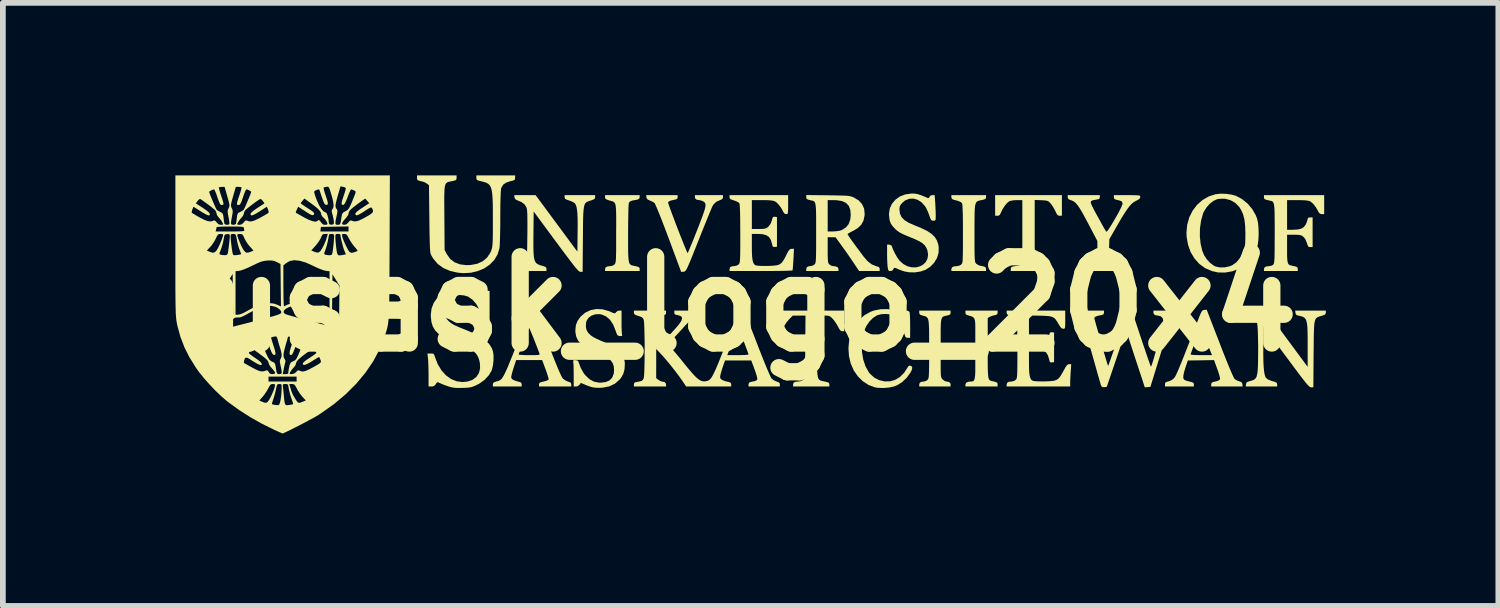
<source format=kicad_pcb>
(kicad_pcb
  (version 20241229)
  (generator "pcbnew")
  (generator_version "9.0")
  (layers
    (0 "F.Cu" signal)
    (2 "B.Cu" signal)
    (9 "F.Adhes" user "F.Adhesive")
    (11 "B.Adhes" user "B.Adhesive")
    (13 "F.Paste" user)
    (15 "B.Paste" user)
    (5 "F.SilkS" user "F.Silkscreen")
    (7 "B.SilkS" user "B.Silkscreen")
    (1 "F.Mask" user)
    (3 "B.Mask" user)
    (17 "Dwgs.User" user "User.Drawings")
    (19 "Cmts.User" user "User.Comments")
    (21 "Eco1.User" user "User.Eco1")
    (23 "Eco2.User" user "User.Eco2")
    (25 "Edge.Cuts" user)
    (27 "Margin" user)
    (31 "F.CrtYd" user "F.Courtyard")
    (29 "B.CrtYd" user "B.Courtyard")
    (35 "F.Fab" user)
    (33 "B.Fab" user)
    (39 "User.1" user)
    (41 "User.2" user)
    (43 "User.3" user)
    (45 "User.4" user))
  (footprint "usask_logo_20x4"
    (layer "F.Cu")
    (at 9.996 2.237)
    (property "Reference" "usask_logo_20x4" (at 0 0 0) (layer "F.SilkS") (effects (font (size 1.5 1.5) (thickness 0.3))))
    (attr board_only exclude_from_pos_files exclude_from_bom)
    (fp_poly (pts (xy 1.635 0.294) (xy 1.635 0.473) (xy 1.601 0.473) (xy 1.578 0.468) (xy 1.558 0.447) (xy 1.534 0.407) (xy 1.528 0.393) (xy 1.496 0.338) (xy 1.457 0.283) (xy 1.435 0.257) (xy 1.407 0.229) (xy 1.383 0.212) (xy 1.356 0.204) (xy 1.316 0.201) (xy 1.272 0.201) (xy 1.162 0.201) (xy 1.162 0.739) (xy 1.162 0.883) (xy 1.162 1.001) (xy 1.163 1.096) (xy 1.165 1.171) (xy 1.17 1.227) (xy 1.177 1.269) (xy 1.187 1.298) (xy 1.201 1.317) (xy 1.22 1.329) (xy 1.244 1.337) (xy 1.273 1.343) (xy 1.297 1.348) (xy 1.343 1.359) (xy 1.367 1.37) (xy 1.376 1.386) (xy 1.377 1.399) (xy 1.377 1.434) (xy 1.061 1.434) (xy 0.746 1.434) (xy 0.746 1.4) (xy 0.754 1.37) (xy 0.78 1.354) (xy 0.829 1.348) (xy 0.839 1.348) (xy 0.883 1.34) (xy 0.92 1.321) (xy 0.954 1.293) (xy 0.958 0.747) (xy 0.962 0.201) (xy 0.851 0.201) (xy 0.741 0.201) (xy 0.673 0.27) (xy 0.633 0.318) (xy 0.599 0.371) (xy 0.581 0.407) (xy 0.562 0.448) (xy 0.543 0.468) (xy 0.522 0.473) (xy 0.507 0.472) (xy 0.498 0.467) (xy 0.492 0.452) (xy 0.489 0.423) (xy 0.488 0.375) (xy 0.488 0.304) (xy 0.488 0.294) (xy 0.488 0.115) (xy 1.061 0.115) (xy 1.635 0.115)) (stroke (width 0) (type solid)) (fill yes) (layer "F.SilkS"))
    (fp_poly (pts (xy -1.922 -1.858) (xy -1.929 -1.832) (xy -1.954 -1.818) (xy -1.965 -1.815) (xy -2.013 -1.806) (xy -2.051 -1.799) (xy -2.087 -1.785) (xy -2.108 -1.764) (xy -2.112 -1.742) (xy -2.116 -1.694) (xy -2.118 -1.622) (xy -2.12 -1.528) (xy -2.122 -1.414) (xy -2.123 -1.282) (xy -2.123 -1.229) (xy -2.123 -1.09) (xy -2.123 -0.977) (xy -2.122 -0.887) (xy -2.119 -0.817) (xy -2.114 -0.765) (xy -2.107 -0.727) (xy -2.097 -0.701) (xy -2.082 -0.685) (xy -2.063 -0.674) (xy -2.038 -0.668) (xy -2.008 -0.661) (xy -1.997 -0.659) (xy -1.953 -0.648) (xy -1.93 -0.636) (xy -1.922 -0.618) (xy -1.922 -0.608) (xy -1.922 -0.574) (xy -2.223 -0.574) (xy -2.524 -0.574) (xy -2.524 -0.608) (xy -2.514 -0.637) (xy -2.482 -0.654) (xy -2.425 -0.66) (xy -2.422 -0.66) (xy -2.385 -0.67) (xy -2.358 -0.69) (xy -2.351 -0.699) (xy -2.345 -0.712) (xy -2.34 -0.73) (xy -2.337 -0.757) (xy -2.334 -0.796) (xy -2.333 -0.85) (xy -2.331 -0.921) (xy -2.331 -1.013) (xy -2.331 -1.129) (xy -2.331 -1.235) (xy -2.33 -1.373) (xy -2.33 -1.484) (xy -2.331 -1.573) (xy -2.333 -1.641) (xy -2.337 -1.692) (xy -2.343 -1.729) (xy -2.353 -1.754) (xy -2.366 -1.771) (xy -2.383 -1.782) (xy -2.406 -1.789) (xy -2.433 -1.797) (xy -2.449 -1.801) (xy -2.493 -1.816) (xy -2.516 -1.831) (xy -2.524 -1.85) (xy -2.524 -1.858) (xy -2.524 -1.893) (xy -2.223 -1.893) (xy -1.922 -1.893)) (stroke (width 0) (type solid)) (fill yes) (layer "F.SilkS"))
    (fp_poly (pts (xy 4.102 -1.858) (xy 4.099 -1.838) (xy 4.084 -1.824) (xy 4.051 -1.813) (xy 4.023 -1.807) (xy 3.992 -1.801) (xy 3.967 -1.794) (xy 3.947 -1.784) (xy 3.931 -1.768) (xy 3.92 -1.743) (xy 3.911 -1.707) (xy 3.906 -1.657) (xy 3.903 -1.589) (xy 3.902 -1.502) (xy 3.901 -1.391) (xy 3.901 -1.256) (xy 3.901 -1.23) (xy 3.901 -1.097) (xy 3.901 -0.99) (xy 3.902 -0.905) (xy 3.903 -0.841) (xy 3.905 -0.793) (xy 3.908 -0.759) (xy 3.912 -0.735) (xy 3.917 -0.72) (xy 3.924 -0.71) (xy 3.929 -0.703) (xy 3.964 -0.679) (xy 3.994 -0.667) (xy 4.038 -0.658) (xy 4.066 -0.652) (xy 4.094 -0.638) (xy 4.102 -0.609) (xy 4.102 -0.574) (xy 3.801 -0.574) (xy 3.499 -0.574) (xy 3.499 -0.608) (xy 3.509 -0.637) (xy 3.541 -0.653) (xy 3.596 -0.659) (xy 3.603 -0.66) (xy 3.644 -0.67) (xy 3.672 -0.688) (xy 3.679 -0.697) (xy 3.685 -0.708) (xy 3.69 -0.725) (xy 3.694 -0.75) (xy 3.696 -0.786) (xy 3.698 -0.837) (xy 3.699 -0.905) (xy 3.7 -0.994) (xy 3.7 -1.105) (xy 3.7 -1.22) (xy 3.7 -1.357) (xy 3.699 -1.477) (xy 3.697 -1.578) (xy 3.694 -1.658) (xy 3.691 -1.715) (xy 3.687 -1.745) (xy 3.686 -1.75) (xy 3.664 -1.772) (xy 3.621 -1.791) (xy 3.553 -1.81) (xy 3.539 -1.813) (xy 3.509 -1.827) (xy 3.5 -1.854) (xy 3.499 -1.858) (xy 3.499 -1.893) (xy 3.801 -1.893) (xy 4.102 -1.893)) (stroke (width 0) (type solid)) (fill yes) (layer "F.SilkS"))
    (fp_poly (pts (xy 5.421 -1.714) (xy 5.421 -1.535) (xy 5.382 -1.535) (xy 5.357 -1.539) (xy 5.339 -1.555) (xy 5.32 -1.588) (xy 5.31 -1.61) (xy 5.281 -1.666) (xy 5.246 -1.721) (xy 5.229 -1.742) (xy 5.204 -1.771) (xy 5.183 -1.788) (xy 5.157 -1.797) (xy 5.118 -1.802) (xy 5.064 -1.805) (xy 4.948 -1.81) (xy 4.948 -1.266) (xy 4.948 -1.122) (xy 4.948 -1.004) (xy 4.949 -0.909) (xy 4.951 -0.835) (xy 4.955 -0.779) (xy 4.96 -0.739) (xy 4.968 -0.71) (xy 4.979 -0.692) (xy 4.994 -0.681) (xy 5.012 -0.675) (xy 5.035 -0.67) (xy 5.048 -0.667) (xy 5.101 -0.656) (xy 5.131 -0.646) (xy 5.145 -0.633) (xy 5.149 -0.614) (xy 5.149 -0.609) (xy 5.149 -0.574) (xy 4.84 -0.574) (xy 4.532 -0.574) (xy 4.532 -0.609) (xy 4.534 -0.628) (xy 4.542 -0.641) (xy 4.562 -0.65) (xy 4.601 -0.658) (xy 4.645 -0.666) (xy 4.667 -0.67) (xy 4.685 -0.674) (xy 4.699 -0.681) (xy 4.711 -0.695) (xy 4.719 -0.717) (xy 4.725 -0.751) (xy 4.729 -0.799) (xy 4.731 -0.864) (xy 4.732 -0.948) (xy 4.733 -1.054) (xy 4.733 -1.185) (xy 4.733 -1.257) (xy 4.733 -1.807) (xy 4.639 -1.807) (xy 4.578 -1.804) (xy 4.527 -1.794) (xy 4.504 -1.786) (xy 4.469 -1.758) (xy 4.43 -1.712) (xy 4.393 -1.655) (xy 4.363 -1.597) (xy 4.357 -1.582) (xy 4.34 -1.549) (xy 4.317 -1.536) (xy 4.3 -1.535) (xy 4.26 -1.535) (xy 4.26 -1.714) (xy 4.26 -1.893) (xy 4.84 -1.893) (xy 5.421 -1.893)) (stroke (width 0) (type solid)) (fill yes) (layer "F.SilkS"))
    (fp_poly (pts (xy 8.28 -1.916) (xy 8.378 -1.901) (xy 8.448 -1.881) (xy 8.554 -1.825) (xy 8.651 -1.746) (xy 8.732 -1.65) (xy 8.794 -1.541) (xy 8.817 -1.48) (xy 8.832 -1.409) (xy 8.84 -1.321) (xy 8.843 -1.224) (xy 8.839 -1.128) (xy 8.829 -1.042) (xy 8.817 -0.988) (xy 8.766 -0.869) (xy 8.694 -0.766) (xy 8.603 -0.68) (xy 8.499 -0.614) (xy 8.383 -0.569) (xy 8.261 -0.547) (xy 8.135 -0.549) (xy 8.026 -0.574) (xy 7.91 -0.625) (xy 7.809 -0.699) (xy 7.725 -0.794) (xy 7.659 -0.905) (xy 7.614 -1.032) (xy 7.59 -1.17) (xy 7.59 -1.18) (xy 7.82 -1.18) (xy 7.833 -1.048) (xy 7.862 -0.928) (xy 7.895 -0.847) (xy 7.94 -0.778) (xy 7.998 -0.716) (xy 8.061 -0.669) (xy 8.098 -0.651) (xy 8.172 -0.636) (xy 8.257 -0.638) (xy 8.341 -0.657) (xy 8.381 -0.673) (xy 8.454 -0.724) (xy 8.517 -0.8) (xy 8.568 -0.9) (xy 8.58 -0.932) (xy 8.593 -0.975) (xy 8.603 -1.017) (xy 8.609 -1.065) (xy 8.611 -1.125) (xy 8.612 -1.206) (xy 8.612 -1.226) (xy 8.608 -1.358) (xy 8.596 -1.466) (xy 8.573 -1.557) (xy 8.539 -1.634) (xy 8.504 -1.689) (xy 8.436 -1.758) (xy 8.352 -1.806) (xy 8.259 -1.831) (xy 8.161 -1.83) (xy 8.118 -1.822) (xy 8.054 -1.792) (xy 7.99 -1.741) (xy 7.933 -1.676) (xy 7.888 -1.603) (xy 7.876 -1.575) (xy 7.841 -1.45) (xy 7.822 -1.316) (xy 7.82 -1.18) (xy 7.59 -1.18) (xy 7.587 -1.241) (xy 7.6 -1.378) (xy 7.636 -1.506) (xy 7.694 -1.623) (xy 7.772 -1.725) (xy 7.866 -1.808) (xy 7.975 -1.871) (xy 8.092 -1.909) (xy 8.18 -1.919)) (stroke (width 0) (type solid)) (fill yes) (layer "F.SilkS"))
    (fp_poly (pts (xy 2.506 0.109) (xy 2.573 0.134) (xy 2.619 0.154) (xy 2.646 0.163) (xy 2.661 0.162) (xy 2.673 0.15) (xy 2.678 0.144) (xy 2.707 0.12) (xy 2.739 0.116) (xy 2.765 0.131) (xy 2.773 0.147) (xy 2.776 0.173) (xy 2.779 0.221) (xy 2.781 0.285) (xy 2.782 0.36) (xy 2.782 0.384) (xy 2.782 0.588) (xy 2.741 0.588) (xy 2.714 0.585) (xy 2.699 0.57) (xy 2.687 0.536) (xy 2.684 0.525) (xy 2.649 0.423) (xy 2.602 0.331) (xy 2.545 0.256) (xy 2.481 0.202) (xy 2.465 0.193) (xy 2.415 0.178) (xy 2.349 0.173) (xy 2.279 0.178) (xy 2.217 0.193) (xy 2.202 0.199) (xy 2.136 0.242) (xy 2.073 0.305) (xy 2.021 0.381) (xy 1.994 0.439) (xy 1.958 0.568) (xy 1.941 0.702) (xy 1.944 0.836) (xy 1.966 0.965) (xy 2.005 1.083) (xy 2.062 1.185) (xy 2.086 1.216) (xy 2.158 1.28) (xy 2.244 1.324) (xy 2.339 1.346) (xy 2.435 1.344) (xy 2.519 1.32) (xy 2.603 1.27) (xy 2.676 1.198) (xy 2.724 1.124) (xy 2.747 1.087) (xy 2.766 1.071) (xy 2.784 1.072) (xy 2.811 1.086) (xy 2.819 1.11) (xy 2.809 1.149) (xy 2.788 1.191) (xy 2.725 1.28) (xy 2.645 1.356) (xy 2.554 1.413) (xy 2.5 1.434) (xy 2.412 1.453) (xy 2.314 1.461) (xy 2.22 1.457) (xy 2.17 1.449) (xy 2.059 1.408) (xy 1.959 1.343) (xy 1.872 1.257) (xy 1.801 1.154) (xy 1.749 1.035) (xy 1.718 0.907) (xy 1.709 0.763) (xy 1.723 0.625) (xy 1.76 0.497) (xy 1.816 0.381) (xy 1.892 0.28) (xy 1.984 0.197) (xy 2.092 0.136) (xy 2.154 0.113) (xy 2.272 0.09) (xy 2.392 0.089)) (stroke (width 0) (type solid)) (fill yes) (layer "F.SilkS"))
    (fp_poly (pts (xy -1.262 -1.858) (xy -1.267 -1.834) (xy -1.286 -1.821) (xy -1.316 -1.814) (xy -1.378 -1.8) (xy -1.416 -1.783) (xy -1.428 -1.764) (xy -1.428 -1.761) (xy -1.411 -1.712) (xy -1.388 -1.647) (xy -1.359 -1.568) (xy -1.326 -1.481) (xy -1.291 -1.387) (xy -1.254 -1.292) (xy -1.218 -1.199) (xy -1.183 -1.111) (xy -1.152 -1.033) (xy -1.125 -0.968) (xy -1.105 -0.919) (xy -1.092 -0.891) (xy -1.088 -0.886) (xy -1.079 -0.902) (xy -1.062 -0.941) (xy -1.038 -0.999) (xy -1.008 -1.07) (xy -0.975 -1.152) (xy -0.941 -1.239) (xy -0.906 -1.327) (xy -0.873 -1.413) (xy -0.843 -1.491) (xy -0.823 -1.546) (xy -0.795 -1.627) (xy -0.78 -1.686) (xy -0.776 -1.728) (xy -0.784 -1.757) (xy -0.804 -1.778) (xy -0.817 -1.785) (xy -0.855 -1.801) (xy -0.887 -1.807) (xy -0.934 -1.815) (xy -0.958 -1.839) (xy -0.961 -1.859) (xy -0.961 -1.893) (xy -0.717 -1.893) (xy -0.473 -1.893) (xy -0.473 -1.858) (xy -0.48 -1.833) (xy -0.503 -1.815) (xy -0.527 -1.806) (xy -0.591 -1.777) (xy -0.636 -1.733) (xy -0.657 -1.7) (xy -0.667 -1.677) (xy -0.686 -1.631) (xy -0.714 -1.565) (xy -0.748 -1.481) (xy -0.788 -1.382) (xy -0.832 -1.273) (xy -0.879 -1.156) (xy -0.896 -1.112) (xy -0.95 -0.977) (xy -0.994 -0.866) (xy -1.03 -0.778) (xy -1.059 -0.708) (xy -1.082 -0.656) (xy -1.1 -0.618) (xy -1.114 -0.592) (xy -1.126 -0.576) (xy -1.136 -0.568) (xy -1.146 -0.564) (xy -1.157 -0.562) (xy -1.2 -0.558) (xy -1.418 -1.145) (xy -1.465 -1.269) (xy -1.509 -1.385) (xy -1.55 -1.491) (xy -1.587 -1.583) (xy -1.618 -1.658) (xy -1.642 -1.714) (xy -1.658 -1.748) (xy -1.664 -1.757) (xy -1.695 -1.778) (xy -1.738 -1.797) (xy -1.745 -1.8) (xy -1.784 -1.818) (xy -1.801 -1.842) (xy -1.804 -1.856) (xy -1.809 -1.893) (xy -1.536 -1.893) (xy -1.262 -1.893)) (stroke (width 0) (type solid)) (fill yes) (layer "F.SilkS"))
    (fp_poly (pts (xy 9.982 -1.728) (xy 9.982 -1.563) (xy 9.942 -1.563) (xy 9.911 -1.569) (xy 9.889 -1.592) (xy 9.877 -1.615) (xy 9.837 -1.684) (xy 9.792 -1.742) (xy 9.746 -1.781) (xy 9.737 -1.786) (xy 9.706 -1.796) (xy 9.656 -1.803) (xy 9.584 -1.806) (xy 9.517 -1.807) (xy 9.337 -1.807) (xy 9.337 -1.549) (xy 9.337 -1.291) (xy 9.438 -1.291) (xy 9.523 -1.296) (xy 9.585 -1.311) (xy 9.63 -1.34) (xy 9.662 -1.384) (xy 9.667 -1.394) (xy 9.684 -1.437) (xy 9.694 -1.471) (xy 9.695 -1.481) (xy 9.704 -1.5) (xy 9.735 -1.506) (xy 9.738 -1.506) (xy 9.781 -1.506) (xy 9.781 -1.248) (xy 9.781 -0.99) (xy 9.741 -0.99) (xy 9.716 -0.993) (xy 9.701 -1.006) (xy 9.689 -1.037) (xy 9.682 -1.061) (xy 9.653 -1.131) (xy 9.621 -1.169) (xy 9.597 -1.187) (xy 9.571 -1.197) (xy 9.536 -1.203) (xy 9.483 -1.205) (xy 9.458 -1.205) (xy 9.337 -1.205) (xy 9.337 -0.962) (xy 9.337 -0.866) (xy 9.339 -0.794) (xy 9.344 -0.743) (xy 9.353 -0.709) (xy 9.366 -0.688) (xy 9.385 -0.676) (xy 9.412 -0.668) (xy 9.417 -0.667) (xy 9.46 -0.658) (xy 9.487 -0.652) (xy 9.516 -0.638) (xy 9.523 -0.609) (xy 9.523 -0.574) (xy 9.229 -0.574) (xy 8.935 -0.574) (xy 8.935 -0.608) (xy 8.945 -0.637) (xy 8.978 -0.654) (xy 9.035 -0.66) (xy 9.037 -0.66) (xy 9.075 -0.67) (xy 9.098 -0.686) (xy 9.104 -0.695) (xy 9.109 -0.71) (xy 9.113 -0.733) (xy 9.116 -0.767) (xy 9.119 -0.815) (xy 9.12 -0.88) (xy 9.121 -0.965) (xy 9.121 -1.072) (xy 9.122 -1.204) (xy 9.122 -1.229) (xy 9.122 -1.369) (xy 9.121 -1.483) (xy 9.12 -1.574) (xy 9.118 -1.644) (xy 9.114 -1.697) (xy 9.108 -1.735) (xy 9.1 -1.761) (xy 9.089 -1.778) (xy 9.074 -1.788) (xy 9.055 -1.794) (xy 9.032 -1.799) (xy 9.028 -1.8) (xy 8.979 -1.812) (xy 8.951 -1.822) (xy 8.938 -1.835) (xy 8.935 -1.854) (xy 8.935 -1.858) (xy 8.935 -1.893) (xy 9.459 -1.893) (xy 9.982 -1.893)) (stroke (width 0) (type solid)) (fill yes) (layer "F.SilkS"))
    (fp_poly (pts (xy 9.334 0.604) (xy 9.695 1.093) (xy 9.695 0.718) (xy 9.695 0.588) (xy 9.693 0.483) (xy 9.69 0.4) (xy 9.683 0.338) (xy 9.672 0.291) (xy 9.657 0.259) (xy 9.636 0.236) (xy 9.608 0.221) (xy 9.572 0.21) (xy 9.542 0.204) (xy 9.505 0.193) (xy 9.488 0.175) (xy 9.483 0.154) (xy 9.478 0.115) (xy 9.745 0.115) (xy 10.011 0.115) (xy 10.011 0.15) (xy 10.007 0.171) (xy 9.991 0.186) (xy 9.956 0.2) (xy 9.932 0.207) (xy 9.901 0.216) (xy 9.876 0.225) (xy 9.855 0.236) (xy 9.839 0.252) (xy 9.826 0.276) (xy 9.817 0.31) (xy 9.81 0.357) (xy 9.806 0.42) (xy 9.803 0.501) (xy 9.801 0.603) (xy 9.8 0.729) (xy 9.798 0.878) (xy 9.794 1.449) (xy 9.754 1.449) (xy 9.743 1.447) (xy 9.731 1.44) (xy 9.714 1.426) (xy 9.693 1.404) (xy 9.664 1.371) (xy 9.628 1.325) (xy 9.581 1.265) (xy 9.523 1.188) (xy 9.452 1.093) (xy 9.366 0.977) (xy 9.321 0.917) (xy 8.928 0.385) (xy 8.924 0.727) (xy 8.923 0.875) (xy 8.925 0.996) (xy 8.93 1.094) (xy 8.937 1.17) (xy 8.947 1.228) (xy 8.961 1.268) (xy 8.969 1.283) (xy 9.001 1.31) (xy 9.058 1.334) (xy 9.077 1.34) (xy 9.126 1.354) (xy 9.152 1.368) (xy 9.163 1.383) (xy 9.165 1.399) (xy 9.165 1.434) (xy 8.891 1.434) (xy 8.618 1.434) (xy 8.622 1.396) (xy 8.629 1.371) (xy 8.647 1.355) (xy 8.685 1.342) (xy 8.697 1.339) (xy 8.752 1.322) (xy 8.785 1.299) (xy 8.806 1.264) (xy 8.82 1.207) (xy 8.82 1.206) (xy 8.825 1.164) (xy 8.829 1.101) (xy 8.832 1.021) (xy 8.833 0.928) (xy 8.834 0.828) (xy 8.834 0.726) (xy 8.832 0.626) (xy 8.83 0.533) (xy 8.827 0.451) (xy 8.823 0.387) (xy 8.818 0.343) (xy 8.815 0.33) (xy 8.782 0.278) (xy 8.727 0.234) (xy 8.655 0.203) (xy 8.646 0.2) (xy 8.609 0.187) (xy 8.593 0.169) (xy 8.591 0.15) (xy 8.591 0.115) (xy 8.782 0.115) (xy 8.972 0.115)) (stroke (width 0) (type solid)) (fill yes) (layer "F.SilkS"))
    (fp_poly (pts (xy -3.368 -1.402) (xy -3.005 -0.911) (xy -3.001 -1.248) (xy -3 -1.382) (xy -3.001 -1.491) (xy -3.005 -1.577) (xy -3.012 -1.643) (xy -3.021 -1.692) (xy -3.034 -1.728) (xy -3.05 -1.753) (xy -3.051 -1.753) (xy -3.078 -1.772) (xy -3.121 -1.791) (xy -3.151 -1.801) (xy -3.195 -1.816) (xy -3.218 -1.83) (xy -3.226 -1.849) (xy -3.227 -1.858) (xy -3.227 -1.893) (xy -2.962 -1.893) (xy -2.696 -1.893) (xy -2.696 -1.859) (xy -2.7 -1.838) (xy -2.717 -1.822) (xy -2.752 -1.807) (xy -2.779 -1.798) (xy -2.809 -1.788) (xy -2.833 -1.779) (xy -2.853 -1.767) (xy -2.869 -1.75) (xy -2.881 -1.724) (xy -2.89 -1.689) (xy -2.897 -1.64) (xy -2.902 -1.576) (xy -2.905 -1.493) (xy -2.907 -1.39) (xy -2.908 -1.262) (xy -2.909 -1.122) (xy -2.914 -0.559) (xy -2.952 -0.56) (xy -2.963 -0.562) (xy -2.976 -0.57) (xy -2.994 -0.585) (xy -3.017 -0.61) (xy -3.048 -0.647) (xy -3.087 -0.697) (xy -3.137 -0.762) (xy -3.199 -0.844) (xy -3.275 -0.945) (xy -3.365 -1.068) (xy -3.378 -1.084) (xy -3.765 -1.609) (xy -3.769 -1.217) (xy -3.77 -1.082) (xy -3.77 -0.974) (xy -3.767 -0.887) (xy -3.762 -0.821) (xy -3.752 -0.771) (xy -3.737 -0.734) (xy -3.717 -0.708) (xy -3.689 -0.69) (xy -3.654 -0.675) (xy -3.61 -0.663) (xy -3.601 -0.66) (xy -3.563 -0.647) (xy -3.546 -0.63) (xy -3.543 -0.609) (xy -3.543 -0.574) (xy -3.815 -0.574) (xy -4.088 -0.574) (xy -4.088 -0.609) (xy -4.084 -0.63) (xy -4.068 -0.645) (xy -4.033 -0.659) (xy -4.009 -0.666) (xy -3.974 -0.676) (xy -3.947 -0.687) (xy -3.925 -0.701) (xy -3.909 -0.721) (xy -3.897 -0.751) (xy -3.888 -0.794) (xy -3.883 -0.852) (xy -3.879 -0.928) (xy -3.877 -1.026) (xy -3.876 -1.149) (xy -3.875 -1.199) (xy -3.874 -1.327) (xy -3.874 -1.43) (xy -3.875 -1.511) (xy -3.876 -1.572) (xy -3.879 -1.618) (xy -3.883 -1.65) (xy -3.889 -1.674) (xy -3.892 -1.683) (xy -3.924 -1.733) (xy -3.975 -1.772) (xy -4.041 -1.8) (xy -4.079 -1.818) (xy -4.097 -1.843) (xy -4.099 -1.856) (xy -4.104 -1.893) (xy -3.917 -1.893) (xy -3.731 -1.893)) (stroke (width 0) (type solid)) (fill yes) (layer "F.SilkS"))
    (fp_poly (pts (xy 6.081 -1.859) (xy 6.077 -1.838) (xy 6.062 -1.825) (xy 6.026 -1.817) (xy 6.013 -1.815) (xy 5.958 -1.804) (xy 5.929 -1.79) (xy 5.922 -1.766) (xy 5.934 -1.728) (xy 5.947 -1.702) (xy 5.973 -1.65) (xy 6.006 -1.588) (xy 6.043 -1.521) (xy 6.081 -1.452) (xy 6.117 -1.386) (xy 6.149 -1.329) (xy 6.175 -1.286) (xy 6.191 -1.26) (xy 6.194 -1.256) (xy 6.206 -1.264) (xy 6.229 -1.294) (xy 6.259 -1.339) (xy 6.295 -1.397) (xy 6.333 -1.462) (xy 6.372 -1.529) (xy 6.408 -1.594) (xy 6.438 -1.653) (xy 6.461 -1.701) (xy 6.474 -1.733) (xy 6.475 -1.742) (xy 6.472 -1.768) (xy 6.46 -1.785) (xy 6.431 -1.798) (xy 6.382 -1.81) (xy 6.364 -1.814) (xy 6.334 -1.827) (xy 6.325 -1.853) (xy 6.325 -1.858) (xy 6.325 -1.893) (xy 6.554 -1.893) (xy 6.64 -1.893) (xy 6.701 -1.892) (xy 6.742 -1.89) (xy 6.767 -1.887) (xy 6.779 -1.881) (xy 6.783 -1.872) (xy 6.784 -1.861) (xy 6.777 -1.838) (xy 6.753 -1.817) (xy 6.711 -1.795) (xy 6.675 -1.775) (xy 6.639 -1.747) (xy 6.602 -1.708) (xy 6.562 -1.656) (xy 6.515 -1.587) (xy 6.46 -1.499) (xy 6.396 -1.389) (xy 6.375 -1.353) (xy 6.246 -1.127) (xy 6.241 -0.931) (xy 6.24 -0.842) (xy 6.242 -0.777) (xy 6.25 -0.732) (xy 6.267 -0.702) (xy 6.294 -0.683) (xy 6.333 -0.669) (xy 6.374 -0.66) (xy 6.42 -0.649) (xy 6.444 -0.638) (xy 6.453 -0.622) (xy 6.454 -0.609) (xy 6.454 -0.574) (xy 6.138 -0.574) (xy 5.823 -0.574) (xy 5.823 -0.608) (xy 5.833 -0.636) (xy 5.864 -0.653) (xy 5.919 -0.659) (xy 5.928 -0.66) (xy 5.969 -0.671) (xy 6.003 -0.695) (xy 6.017 -0.711) (xy 6.027 -0.728) (xy 6.033 -0.753) (xy 6.037 -0.79) (xy 6.038 -0.845) (xy 6.038 -0.912) (xy 6.038 -1.095) (xy 5.929 -1.304) (xy 5.864 -1.427) (xy 5.81 -1.527) (xy 5.766 -1.607) (xy 5.728 -1.669) (xy 5.696 -1.715) (xy 5.668 -1.749) (xy 5.642 -1.774) (xy 5.615 -1.791) (xy 5.587 -1.803) (xy 5.576 -1.806) (xy 5.539 -1.822) (xy 5.524 -1.842) (xy 5.522 -1.858) (xy 5.522 -1.893) (xy 5.801 -1.893) (xy 6.081 -1.893)) (stroke (width 0) (type solid)) (fill yes) (layer "F.SilkS"))
    (fp_poly (pts (xy 8.167 0.687) (xy 8.222 0.83) (xy 8.273 0.958) (xy 8.318 1.069) (xy 8.356 1.16) (xy 8.387 1.231) (xy 8.41 1.279) (xy 8.423 1.302) (xy 8.424 1.303) (xy 8.46 1.327) (xy 8.504 1.344) (xy 8.505 1.344) (xy 8.541 1.358) (xy 8.557 1.381) (xy 8.56 1.396) (xy 8.564 1.434) (xy 8.291 1.434) (xy 8.017 1.434) (xy 8.017 1.399) (xy 8.025 1.37) (xy 8.052 1.356) (xy 8.057 1.355) (xy 8.117 1.341) (xy 8.153 1.326) (xy 8.17 1.309) (xy 8.172 1.302) (xy 8.169 1.28) (xy 8.158 1.237) (xy 8.141 1.18) (xy 8.122 1.127) (xy 8.067 0.975) (xy 7.839 0.979) (xy 7.611 0.982) (xy 7.57 1.104) (xy 7.545 1.186) (xy 7.533 1.246) (xy 7.532 1.287) (xy 7.544 1.313) (xy 7.549 1.317) (xy 7.573 1.329) (xy 7.614 1.342) (xy 7.642 1.349) (xy 7.686 1.36) (xy 7.708 1.372) (xy 7.716 1.39) (xy 7.716 1.4) (xy 7.716 1.434) (xy 7.465 1.434) (xy 7.214 1.434) (xy 7.214 1.398) (xy 7.216 1.374) (xy 7.228 1.36) (xy 7.256 1.35) (xy 7.288 1.342) (xy 7.324 1.326) (xy 7.362 1.299) (xy 7.367 1.293) (xy 7.376 1.283) (xy 7.386 1.269) (xy 7.397 1.25) (xy 7.411 1.223) (xy 7.427 1.187) (xy 7.448 1.14) (xy 7.473 1.079) (xy 7.504 1.004) (xy 7.541 0.912) (xy 7.554 0.878) (xy 7.659 0.878) (xy 7.672 0.882) (xy 7.709 0.886) (xy 7.764 0.888) (xy 7.831 0.889) (xy 7.845 0.889) (xy 8.032 0.889) (xy 8.013 0.843) (xy 8 0.813) (xy 7.98 0.762) (xy 7.955 0.697) (xy 7.927 0.624) (xy 7.916 0.598) (xy 7.884 0.517) (xy 7.86 0.462) (xy 7.843 0.431) (xy 7.833 0.422) (xy 7.829 0.426) (xy 7.821 0.448) (xy 7.804 0.491) (xy 7.781 0.551) (xy 7.754 0.621) (xy 7.739 0.66) (xy 7.711 0.732) (xy 7.688 0.794) (xy 7.67 0.843) (xy 7.66 0.872) (xy 7.659 0.878) (xy 7.554 0.878) (xy 7.584 0.801) (xy 7.636 0.669) (xy 7.696 0.515) (xy 7.765 0.337) (xy 7.788 0.28) (xy 7.815 0.209) (xy 7.836 0.161) (xy 7.852 0.13) (xy 7.866 0.113) (xy 7.881 0.106) (xy 7.897 0.103) (xy 7.939 0.099)) (stroke (width 0) (type solid)) (fill yes) (layer "F.SilkS"))
    (fp_poly (pts (xy 5.479 0.273) (xy 5.479 0.341) (xy 5.477 0.387) (xy 5.474 0.413) (xy 5.467 0.426) (xy 5.456 0.43) (xy 5.444 0.43) (xy 5.42 0.424) (xy 5.396 0.401) (xy 5.368 0.356) (xy 5.367 0.355) (xy 5.335 0.301) (xy 5.307 0.262) (xy 5.276 0.235) (xy 5.238 0.219) (xy 5.187 0.21) (xy 5.117 0.205) (xy 5.047 0.203) (xy 4.848 0.199) (xy 4.848 0.451) (xy 4.848 0.703) (xy 4.968 0.703) (xy 5.03 0.702) (xy 5.071 0.698) (xy 5.099 0.689) (xy 5.123 0.674) (xy 5.132 0.667) (xy 5.173 0.614) (xy 5.193 0.558) (xy 5.206 0.516) (xy 5.218 0.495) (xy 5.236 0.49) (xy 5.249 0.491) (xy 5.285 0.495) (xy 5.285 0.753) (xy 5.285 1.011) (xy 5.247 1.015) (xy 5.222 1.015) (xy 5.208 1) (xy 5.2 0.966) (xy 5.179 0.894) (xy 5.147 0.843) (xy 5.098 0.811) (xy 5.03 0.793) (xy 4.949 0.789) (xy 4.848 0.789) (xy 4.848 1) (xy 4.849 1.107) (xy 4.853 1.189) (xy 4.861 1.249) (xy 4.873 1.29) (xy 4.889 1.318) (xy 4.912 1.334) (xy 4.917 1.336) (xy 4.946 1.341) (xy 4.997 1.345) (xy 5.063 1.346) (xy 5.13 1.346) (xy 5.216 1.342) (xy 5.28 1.335) (xy 5.327 1.32) (xy 5.364 1.294) (xy 5.396 1.254) (xy 5.431 1.195) (xy 5.448 1.164) (xy 5.479 1.108) (xy 5.501 1.073) (xy 5.52 1.054) (xy 5.539 1.047) (xy 5.547 1.047) (xy 5.583 1.047) (xy 5.574 1.178) (xy 5.57 1.246) (xy 5.567 1.31) (xy 5.565 1.36) (xy 5.565 1.372) (xy 5.565 1.434) (xy 5.013 1.434) (xy 4.46 1.434) (xy 4.46 1.4) (xy 4.469 1.37) (xy 4.497 1.353) (xy 4.548 1.348) (xy 4.589 1.338) (xy 4.618 1.319) (xy 4.626 1.311) (xy 4.632 1.3) (xy 4.637 1.283) (xy 4.64 1.258) (xy 4.643 1.222) (xy 4.645 1.171) (xy 4.646 1.103) (xy 4.647 1.014) (xy 4.647 0.903) (xy 4.647 0.788) (xy 4.646 0.658) (xy 4.645 0.542) (xy 4.644 0.442) (xy 4.641 0.361) (xy 4.638 0.302) (xy 4.635 0.267) (xy 4.633 0.259) (xy 4.603 0.231) (xy 4.548 0.207) (xy 4.5 0.195) (xy 4.47 0.181) (xy 4.46 0.154) (xy 4.46 0.15) (xy 4.46 0.115) (xy 4.97 0.115) (xy 5.479 0.115)) (stroke (width 0) (type solid)) (fill yes) (layer "F.SilkS"))
    (fp_poly (pts (xy -2.567 0.092) (xy -2.458 0.123) (xy -2.434 0.133) (xy -2.389 0.153) (xy -2.362 0.162) (xy -2.348 0.16) (xy -2.337 0.147) (xy -2.334 0.143) (xy -2.305 0.12) (xy -2.277 0.115) (xy -2.237 0.115) (xy -2.237 0.314) (xy -2.237 0.389) (xy -2.235 0.454) (xy -2.232 0.505) (xy -2.229 0.534) (xy -2.228 0.538) (xy -2.227 0.554) (xy -2.244 0.558) (xy -2.266 0.557) (xy -2.293 0.552) (xy -2.31 0.539) (xy -2.324 0.511) (xy -2.338 0.47) (xy -2.382 0.359) (xy -2.438 0.274) (xy -2.506 0.215) (xy -2.585 0.182) (xy -2.623 0.176) (xy -2.696 0.179) (xy -2.761 0.203) (xy -2.813 0.242) (xy -2.846 0.294) (xy -2.854 0.33) (xy -2.857 0.397) (xy -2.848 0.445) (xy -2.827 0.487) (xy -2.804 0.514) (xy -2.78 0.538) (xy -2.752 0.56) (xy -2.716 0.582) (xy -2.667 0.607) (xy -2.601 0.637) (xy -2.514 0.674) (xy -2.478 0.688) (xy -2.37 0.74) (xy -2.288 0.796) (xy -2.231 0.859) (xy -2.196 0.932) (xy -2.181 1.017) (xy -2.18 1.046) (xy -2.186 1.14) (xy -2.207 1.215) (xy -2.244 1.281) (xy -2.269 1.312) (xy -2.35 1.384) (xy -2.447 1.431) (xy -2.56 1.454) (xy -2.584 1.456) (xy -2.645 1.457) (xy -2.703 1.454) (xy -2.744 1.448) (xy -2.79 1.434) (xy -2.845 1.414) (xy -2.872 1.403) (xy -2.945 1.371) (xy -2.966 1.403) (xy -3 1.429) (xy -3.028 1.434) (xy -3.069 1.434) (xy -3.069 1.227) (xy -3.07 1.152) (xy -3.071 1.085) (xy -3.074 1.034) (xy -3.077 1.003) (xy -3.078 0.998) (xy -3.078 0.982) (xy -3.057 0.976) (xy -3.042 0.975) (xy -3.003 0.983) (xy -2.989 1) (xy -2.945 1.114) (xy -2.895 1.203) (xy -2.865 1.241) (xy -2.794 1.308) (xy -2.718 1.349) (xy -2.633 1.367) (xy -2.603 1.368) (xy -2.515 1.358) (xy -2.446 1.329) (xy -2.399 1.279) (xy -2.372 1.211) (xy -2.367 1.15) (xy -2.372 1.083) (xy -2.392 1.027) (xy -2.428 0.978) (xy -2.483 0.934) (xy -2.562 0.892) (xy -2.654 0.853) (xy -2.776 0.801) (xy -2.872 0.749) (xy -2.943 0.694) (xy -2.994 0.635) (xy -3.025 0.568) (xy -3.039 0.492) (xy -3.04 0.452) (xy -3.031 0.367) (xy -3.002 0.293) (xy -2.949 0.22) (xy -2.946 0.217) (xy -2.868 0.15) (xy -2.776 0.107) (xy -2.674 0.087)) (stroke (width 0) (type solid)) (fill yes) (layer "F.SilkS"))
    (fp_poly (pts (xy 6.153 0.15) (xy 6.148 0.174) (xy 6.129 0.187) (xy 6.099 0.194) (xy 6.038 0.207) (xy 5.998 0.224) (xy 5.983 0.242) (xy 5.984 0.248) (xy 5.989 0.266) (xy 6.001 0.307) (xy 6.018 0.37) (xy 6.041 0.449) (xy 6.067 0.541) (xy 6.096 0.643) (xy 6.103 0.67) (xy 6.132 0.773) (xy 6.159 0.866) (xy 6.183 0.946) (xy 6.202 1.01) (xy 6.216 1.054) (xy 6.224 1.074) (xy 6.225 1.076) (xy 6.231 1.063) (xy 6.245 1.025) (xy 6.266 0.967) (xy 6.292 0.891) (xy 6.324 0.8) (xy 6.359 0.697) (xy 6.389 0.606) (xy 6.547 0.136) (xy 6.596 0.136) (xy 6.645 0.136) (xy 6.804 0.613) (xy 6.841 0.724) (xy 6.876 0.826) (xy 6.906 0.915) (xy 6.932 0.99) (xy 6.952 1.046) (xy 6.965 1.08) (xy 6.97 1.09) (xy 6.977 1.077) (xy 6.99 1.04) (xy 7.008 0.984) (xy 7.029 0.912) (xy 7.052 0.83) (xy 7.077 0.741) (xy 7.101 0.65) (xy 7.125 0.56) (xy 7.146 0.477) (xy 7.164 0.403) (xy 7.177 0.344) (xy 7.184 0.304) (xy 7.185 0.291) (xy 7.173 0.245) (xy 7.139 0.213) (xy 7.091 0.201) (xy 7.09 0.201) (xy 7.042 0.194) (xy 7.018 0.172) (xy 7.013 0.149) (xy 7.013 0.115) (xy 7.25 0.115) (xy 7.487 0.115) (xy 7.487 0.151) (xy 7.477 0.184) (xy 7.462 0.195) (xy 7.402 0.219) (xy 7.353 0.251) (xy 7.329 0.277) (xy 7.321 0.297) (xy 7.305 0.342) (xy 7.283 0.407) (xy 7.255 0.492) (xy 7.223 0.591) (xy 7.188 0.702) (xy 7.151 0.823) (xy 7.135 0.875) (xy 6.96 1.441) (xy 6.911 1.445) (xy 6.863 1.449) (xy 6.699 0.951) (xy 6.536 0.453) (xy 6.369 0.947) (xy 6.201 1.441) (xy 6.157 1.446) (xy 6.125 1.445) (xy 6.108 1.43) (xy 6.097 1.403) (xy 6.09 1.379) (xy 6.076 1.33) (xy 6.056 1.261) (xy 6.031 1.174) (xy 6.003 1.072) (xy 5.971 0.96) (xy 5.937 0.84) (xy 5.931 0.819) (xy 5.891 0.675) (xy 5.857 0.557) (xy 5.828 0.462) (xy 5.804 0.386) (xy 5.784 0.328) (xy 5.765 0.284) (xy 5.747 0.253) (xy 5.729 0.232) (xy 5.71 0.217) (xy 5.689 0.208) (xy 5.664 0.2) (xy 5.663 0.2) (xy 5.626 0.187) (xy 5.61 0.169) (xy 5.608 0.15) (xy 5.608 0.115) (xy 5.88 0.115) (xy 6.153 0.115)) (stroke (width 0) (type solid)) (fill yes) (layer "F.SilkS"))
    (fp_poly (pts (xy -5.106 -2.195) (xy -5.108 -2.171) (xy -5.119 -2.156) (xy -5.145 -2.146) (xy -5.186 -2.137) (xy -5.219 -2.13) (xy -5.247 -2.124) (xy -5.269 -2.115) (xy -5.286 -2.102) (xy -5.299 -2.081) (xy -5.309 -2.049) (xy -5.315 -2.005) (xy -5.318 -1.945) (xy -5.32 -1.867) (xy -5.32 -1.769) (xy -5.319 -1.646) (xy -5.318 -1.502) (xy -5.314 -0.939) (xy -5.274 -0.864) (xy -5.217 -0.784) (xy -5.141 -0.726) (xy -5.048 -0.69) (xy -4.936 -0.676) (xy -4.859 -0.679) (xy -4.747 -0.7) (xy -4.652 -0.743) (xy -4.576 -0.807) (xy -4.519 -0.891) (xy -4.504 -0.928) (xy -4.496 -0.951) (xy -4.489 -0.976) (xy -4.484 -1.005) (xy -4.481 -1.042) (xy -4.478 -1.09) (xy -4.476 -1.154) (xy -4.475 -1.236) (xy -4.475 -1.34) (xy -4.475 -1.461) (xy -4.475 -1.612) (xy -4.476 -1.736) (xy -4.48 -1.838) (xy -4.486 -1.919) (xy -4.496 -1.982) (xy -4.51 -2.03) (xy -4.53 -2.065) (xy -4.555 -2.09) (xy -4.588 -2.109) (xy -4.628 -2.122) (xy -4.677 -2.134) (xy -4.683 -2.136) (xy -4.728 -2.147) (xy -4.751 -2.158) (xy -4.76 -2.175) (xy -4.762 -2.195) (xy -4.762 -2.237) (xy -4.425 -2.237) (xy -4.088 -2.237) (xy -4.088 -2.195) (xy -4.09 -2.171) (xy -4.101 -2.156) (xy -4.128 -2.146) (xy -4.166 -2.137) (xy -4.242 -2.113) (xy -4.294 -2.077) (xy -4.325 -2.027) (xy -4.331 -2.011) (xy -4.335 -1.982) (xy -4.338 -1.927) (xy -4.341 -1.85) (xy -4.344 -1.754) (xy -4.345 -1.642) (xy -4.346 -1.517) (xy -4.346 -1.505) (xy -4.346 -1.383) (xy -4.348 -1.268) (xy -4.35 -1.166) (xy -4.353 -1.08) (xy -4.356 -1.014) (xy -4.36 -0.972) (xy -4.361 -0.967) (xy -4.394 -0.86) (xy -4.451 -0.765) (xy -4.529 -0.685) (xy -4.624 -0.62) (xy -4.735 -0.573) (xy -4.857 -0.544) (xy -4.989 -0.537) (xy -5.084 -0.545) (xy -5.221 -0.576) (xy -5.338 -0.627) (xy -5.435 -0.698) (xy -5.512 -0.79) (xy -5.54 -0.836) (xy -5.548 -0.852) (xy -5.554 -0.868) (xy -5.56 -0.887) (xy -5.564 -0.913) (xy -5.567 -0.948) (xy -5.57 -0.995) (xy -5.572 -1.057) (xy -5.574 -1.137) (xy -5.576 -1.237) (xy -5.578 -1.361) (xy -5.579 -1.482) (xy -5.586 -2.067) (xy -5.622 -2.094) (xy -5.663 -2.118) (xy -5.701 -2.13) (xy -5.751 -2.142) (xy -5.779 -2.152) (xy -5.791 -2.167) (xy -5.794 -2.19) (xy -5.794 -2.195) (xy -5.794 -2.237) (xy -5.45 -2.237) (xy -5.106 -2.237)) (stroke (width 0) (type solid)) (fill yes) (layer "F.SilkS"))
    (fp_poly (pts (xy -3.782 0.103) (xy -3.771 0.105) (xy -3.762 0.109) (xy -3.752 0.118) (xy -3.74 0.134) (xy -3.726 0.16) (xy -3.709 0.197) (xy -3.687 0.249) (xy -3.659 0.318) (xy -3.624 0.406) (xy -3.582 0.515) (xy -3.53 0.648) (xy -3.518 0.681) (xy -3.453 0.847) (xy -3.398 0.986) (xy -3.352 1.099) (xy -3.314 1.187) (xy -3.286 1.248) (xy -3.266 1.285) (xy -3.259 1.295) (xy -3.218 1.326) (xy -3.171 1.348) (xy -3.167 1.349) (xy -3.13 1.362) (xy -3.115 1.38) (xy -3.112 1.399) (xy -3.112 1.434) (xy -3.392 1.434) (xy -3.672 1.434) (xy -3.672 1.399) (xy -3.668 1.379) (xy -3.654 1.365) (xy -3.622 1.355) (xy -3.592 1.348) (xy -3.547 1.336) (xy -3.515 1.322) (xy -3.505 1.313) (xy -3.507 1.294) (xy -3.518 1.253) (xy -3.536 1.198) (xy -3.558 1.135) (xy -3.618 0.975) (xy -3.844 0.975) (xy -4.07 0.975) (xy -4.115 1.113) (xy -4.134 1.174) (xy -4.148 1.228) (xy -4.156 1.268) (xy -4.156 1.281) (xy -4.139 1.308) (xy -4.094 1.332) (xy -4.022 1.353) (xy -4.012 1.355) (xy -3.982 1.368) (xy -3.973 1.395) (xy -3.973 1.399) (xy -3.973 1.434) (xy -4.224 1.434) (xy -4.475 1.434) (xy -4.475 1.399) (xy -4.47 1.374) (xy -4.449 1.359) (xy -4.417 1.348) (xy -4.395 1.342) (xy -4.376 1.337) (xy -4.359 1.329) (xy -4.342 1.319) (xy -4.325 1.303) (xy -4.308 1.28) (xy -4.288 1.248) (xy -4.266 1.206) (xy -4.241 1.152) (xy -4.211 1.084) (xy -4.177 1) (xy -4.136 0.899) (xy -4.127 0.877) (xy -4.028 0.877) (xy -4.016 0.882) (xy -3.981 0.885) (xy -3.927 0.888) (xy -3.86 0.889) (xy -3.843 0.889) (xy -3.767 0.889) (xy -3.714 0.888) (xy -3.682 0.885) (xy -3.666 0.88) (xy -3.662 0.872) (xy -3.663 0.864) (xy -3.69 0.793) (xy -3.719 0.717) (xy -3.749 0.641) (xy -3.778 0.568) (xy -3.804 0.505) (xy -3.825 0.456) (xy -3.839 0.425) (xy -3.844 0.416) (xy -3.851 0.429) (xy -3.866 0.464) (xy -3.888 0.517) (xy -3.915 0.584) (xy -3.937 0.641) (xy -3.966 0.716) (xy -3.991 0.782) (xy -4.011 0.834) (xy -4.024 0.867) (xy -4.028 0.877) (xy -4.127 0.877) (xy -4.089 0.78) (xy -4.034 0.639) (xy -3.97 0.476) (xy -3.898 0.289) (xy -3.862 0.196) (xy -3.842 0.146) (xy -3.827 0.117) (xy -3.812 0.105) (xy -3.792 0.102)) (stroke (width 0) (type solid)) (fill yes) (layer "F.SilkS"))
    (fp_poly (pts (xy 1.352 -1.891) (xy 1.466 -1.889) (xy 1.556 -1.887) (xy 1.624 -1.885) (xy 1.676 -1.883) (xy 1.715 -1.879) (xy 1.745 -1.873) (xy 1.769 -1.866) (xy 1.793 -1.857) (xy 1.804 -1.852) (xy 1.888 -1.801) (xy 1.947 -1.735) (xy 1.982 -1.656) (xy 1.991 -1.564) (xy 1.989 -1.538) (xy 1.97 -1.449) (xy 1.931 -1.378) (xy 1.869 -1.319) (xy 1.797 -1.276) (xy 1.749 -1.252) (xy 1.713 -1.231) (xy 1.694 -1.217) (xy 1.693 -1.215) (xy 1.702 -1.199) (xy 1.728 -1.16) (xy 1.771 -1.098) (xy 1.832 -1.014) (xy 1.911 -0.908) (xy 1.974 -0.823) (xy 2.043 -0.744) (xy 2.113 -0.69) (xy 2.189 -0.658) (xy 2.212 -0.653) (xy 2.242 -0.64) (xy 2.252 -0.614) (xy 2.252 -0.609) (xy 2.252 -0.574) (xy 2.073 -0.574) (xy 1.894 -0.574) (xy 1.791 -0.728) (xy 1.739 -0.805) (xy 1.68 -0.89) (xy 1.622 -0.971) (xy 1.586 -1.021) (xy 1.484 -1.161) (xy 1.416 -1.161) (xy 1.348 -1.162) (xy 1.348 -0.939) (xy 1.348 -0.854) (xy 1.35 -0.793) (xy 1.352 -0.75) (xy 1.357 -0.722) (xy 1.364 -0.704) (xy 1.375 -0.691) (xy 1.377 -0.688) (xy 1.41 -0.667) (xy 1.438 -0.66) (xy 1.494 -0.653) (xy 1.526 -0.635) (xy 1.535 -0.608) (xy 1.535 -0.574) (xy 1.255 -0.574) (xy 0.975 -0.574) (xy 0.975 -0.608) (xy 0.985 -0.64) (xy 1.016 -0.656) (xy 1.055 -0.66) (xy 1.091 -0.67) (xy 1.119 -0.688) (xy 1.126 -0.697) (xy 1.132 -0.708) (xy 1.137 -0.724) (xy 1.141 -0.749) (xy 1.143 -0.785) (xy 1.145 -0.835) (xy 1.146 -0.902) (xy 1.147 -0.99) (xy 1.147 -1.1) (xy 1.147 -1.232) (xy 1.147 -1.372) (xy 1.147 -1.486) (xy 1.146 -1.577) (xy 1.144 -1.648) (xy 1.14 -1.701) (xy 1.134 -1.739) (xy 1.127 -1.764) (xy 1.116 -1.781) (xy 1.102 -1.791) (xy 1.085 -1.797) (xy 1.064 -1.801) (xy 1.04 -1.807) (xy 1.348 -1.807) (xy 1.348 -1.535) (xy 1.348 -1.262) (xy 1.442 -1.262) (xy 1.501 -1.266) (xy 1.557 -1.275) (xy 1.588 -1.284) (xy 1.661 -1.328) (xy 1.712 -1.389) (xy 1.741 -1.469) (xy 1.749 -1.553) (xy 1.741 -1.641) (xy 1.713 -1.71) (xy 1.665 -1.759) (xy 1.596 -1.791) (xy 1.504 -1.805) (xy 1.459 -1.807) (xy 1.348 -1.807) (xy 1.04 -1.807) (xy 1.016 -1.813) (xy 0.989 -1.824) (xy 0.978 -1.837) (xy 0.975 -1.858) (xy 0.975 -1.859) (xy 0.975 -1.895)) (stroke (width 0) (type solid)) (fill yes) (layer "F.SilkS"))
    (fp_poly (pts (xy 0.66 -1.728) (xy 0.66 -1.658) (xy 0.658 -1.611) (xy 0.655 -1.583) (xy 0.649 -1.569) (xy 0.638 -1.564) (xy 0.626 -1.563) (xy 0.595 -1.573) (xy 0.573 -1.607) (xy 0.542 -1.666) (xy 0.501 -1.722) (xy 0.458 -1.767) (xy 0.431 -1.785) (xy 0.402 -1.795) (xy 0.359 -1.802) (xy 0.296 -1.806) (xy 0.21 -1.807) (xy 0.209 -1.807) (xy 0.029 -1.807) (xy 0.029 -1.556) (xy 0.029 -1.305) (xy 0.149 -1.305) (xy 0.211 -1.306) (xy 0.252 -1.31) (xy 0.28 -1.319) (xy 0.304 -1.334) (xy 0.313 -1.341) (xy 0.354 -1.394) (xy 0.375 -1.449) (xy 0.387 -1.492) (xy 0.399 -1.513) (xy 0.417 -1.518) (xy 0.43 -1.517) (xy 0.466 -1.513) (xy 0.466 -1.255) (xy 0.466 -0.997) (xy 0.428 -0.992) (xy 0.403 -0.993) (xy 0.389 -1.007) (xy 0.381 -1.042) (xy 0.36 -1.114) (xy 0.328 -1.164) (xy 0.279 -1.197) (xy 0.211 -1.215) (xy 0.13 -1.219) (xy 0.029 -1.219) (xy 0.029 -1.008) (xy 0.03 -0.901) (xy 0.034 -0.819) (xy 0.042 -0.759) (xy 0.054 -0.717) (xy 0.07 -0.69) (xy 0.093 -0.674) (xy 0.098 -0.672) (xy 0.127 -0.667) (xy 0.178 -0.663) (xy 0.244 -0.662) (xy 0.311 -0.662) (xy 0.398 -0.666) (xy 0.462 -0.673) (xy 0.509 -0.688) (xy 0.545 -0.714) (xy 0.576 -0.755) (xy 0.609 -0.812) (xy 0.624 -0.843) (xy 0.652 -0.899) (xy 0.673 -0.933) (xy 0.691 -0.952) (xy 0.71 -0.959) (xy 0.722 -0.96) (xy 0.762 -0.961) (xy 0.752 -0.778) (xy 0.748 -0.708) (xy 0.744 -0.649) (xy 0.74 -0.606) (xy 0.736 -0.585) (xy 0.736 -0.584) (xy 0.721 -0.582) (xy 0.68 -0.58) (xy 0.617 -0.578) (xy 0.535 -0.576) (xy 0.436 -0.575) (xy 0.325 -0.574) (xy 0.204 -0.574) (xy 0.186 -0.574) (xy -0.359 -0.574) (xy -0.359 -0.608) (xy -0.35 -0.638) (xy -0.322 -0.655) (xy -0.271 -0.66) (xy -0.23 -0.67) (xy -0.201 -0.688) (xy -0.193 -0.697) (xy -0.187 -0.708) (xy -0.182 -0.725) (xy -0.179 -0.75) (xy -0.176 -0.786) (xy -0.174 -0.837) (xy -0.173 -0.905) (xy -0.172 -0.994) (xy -0.172 -1.105) (xy -0.172 -1.22) (xy -0.173 -1.365) (xy -0.174 -1.489) (xy -0.176 -1.591) (xy -0.179 -1.669) (xy -0.182 -1.723) (xy -0.186 -1.749) (xy -0.187 -1.75) (xy -0.209 -1.771) (xy -0.252 -1.791) (xy -0.28 -1.801) (xy -0.325 -1.816) (xy -0.349 -1.83) (xy -0.358 -1.847) (xy -0.359 -1.858) (xy -0.359 -1.893) (xy 0.151 -1.893) (xy 0.66 -1.893)) (stroke (width 0) (type solid)) (fill yes) (layer "F.SilkS"))
    (fp_poly (pts (xy 2.868 -1.919) (xy 2.912 -1.911) (xy 2.963 -1.895) (xy 3.029 -1.869) (xy 3.093 -1.841) (xy 3.11 -1.847) (xy 3.119 -1.863) (xy 3.138 -1.888) (xy 3.168 -1.893) (xy 3.208 -1.893) (xy 3.218 -1.762) (xy 3.222 -1.689) (xy 3.225 -1.615) (xy 3.227 -1.551) (xy 3.227 -1.54) (xy 3.226 -1.49) (xy 3.223 -1.463) (xy 3.213 -1.451) (xy 3.195 -1.449) (xy 3.186 -1.449) (xy 3.163 -1.451) (xy 3.148 -1.461) (xy 3.134 -1.486) (xy 3.118 -1.531) (xy 3.113 -1.545) (xy 3.091 -1.605) (xy 3.064 -1.662) (xy 3.043 -1.699) (xy 2.982 -1.767) (xy 2.913 -1.812) (xy 2.84 -1.833) (xy 2.766 -1.83) (xy 2.695 -1.801) (xy 2.65 -1.765) (xy 2.618 -1.729) (xy 2.601 -1.698) (xy 2.596 -1.659) (xy 2.596 -1.639) (xy 2.605 -1.57) (xy 2.633 -1.511) (xy 2.683 -1.459) (xy 2.757 -1.413) (xy 2.857 -1.369) (xy 2.858 -1.369) (xy 2.981 -1.318) (xy 3.079 -1.27) (xy 3.154 -1.22) (xy 3.209 -1.167) (xy 3.246 -1.108) (xy 3.27 -1.04) (xy 3.278 -0.994) (xy 3.277 -0.896) (xy 3.25 -0.802) (xy 3.199 -0.717) (xy 3.128 -0.645) (xy 3.048 -0.594) (xy 2.961 -0.565) (xy 2.862 -0.55) (xy 2.761 -0.552) (xy 2.685 -0.566) (xy 2.633 -0.583) (xy 2.586 -0.601) (xy 2.568 -0.609) (xy 2.528 -0.627) (xy 2.505 -0.628) (xy 2.491 -0.611) (xy 2.488 -0.602) (xy 2.468 -0.579) (xy 2.439 -0.574) (xy 2.416 -0.576) (xy 2.402 -0.587) (xy 2.395 -0.615) (xy 2.39 -0.649) (xy 2.386 -0.696) (xy 2.383 -0.762) (xy 2.381 -0.835) (xy 2.381 -0.878) (xy 2.381 -1.033) (xy 2.417 -1.033) (xy 2.45 -1.023) (xy 2.462 -1.008) (xy 2.487 -0.943) (xy 2.521 -0.873) (xy 2.558 -0.809) (xy 2.592 -0.76) (xy 2.596 -0.755) (xy 2.662 -0.696) (xy 2.734 -0.657) (xy 2.809 -0.638) (xy 2.882 -0.637) (xy 2.949 -0.654) (xy 3.008 -0.685) (xy 3.054 -0.731) (xy 3.084 -0.79) (xy 3.094 -0.86) (xy 3.082 -0.933) (xy 3.063 -0.98) (xy 3.037 -1.02) (xy 2.998 -1.056) (xy 2.944 -1.09) (xy 2.869 -1.126) (xy 2.782 -1.162) (xy 2.702 -1.195) (xy 2.642 -1.222) (xy 2.597 -1.246) (xy 2.562 -1.27) (xy 2.529 -1.299) (xy 2.516 -1.312) (xy 2.471 -1.361) (xy 2.443 -1.405) (xy 2.426 -1.454) (xy 2.424 -1.461) (xy 2.413 -1.563) (xy 2.427 -1.658) (xy 2.465 -1.742) (xy 2.524 -1.813) (xy 2.602 -1.869) (xy 2.696 -1.906) (xy 2.803 -1.921) (xy 2.824 -1.922)) (stroke (width 0) (type solid)) (fill yes) (layer "F.SilkS"))
    (fp_poly (pts (xy 3.485 0.15) (xy 3.483 0.171) (xy 3.471 0.185) (xy 3.445 0.195) (xy 3.397 0.206) (xy 3.387 0.208) (xy 3.361 0.216) (xy 3.342 0.231) (xy 3.329 0.256) (xy 3.32 0.295) (xy 3.315 0.353) (xy 3.313 0.433) (xy 3.313 0.496) (xy 3.313 0.703) (xy 3.614 0.703) (xy 3.915 0.703) (xy 3.915 0.483) (xy 3.915 0.392) (xy 3.913 0.326) (xy 3.907 0.279) (xy 3.895 0.248) (xy 3.877 0.228) (xy 3.85 0.215) (xy 3.811 0.203) (xy 3.804 0.202) (xy 3.765 0.188) (xy 3.747 0.173) (xy 3.743 0.15) (xy 3.743 0.115) (xy 4.023 0.115) (xy 4.303 0.115) (xy 4.303 0.15) (xy 4.298 0.174) (xy 4.278 0.188) (xy 4.249 0.195) (xy 4.204 0.206) (xy 4.166 0.223) (xy 4.163 0.224) (xy 4.131 0.244) (xy 4.131 0.767) (xy 4.131 0.908) (xy 4.131 1.023) (xy 4.132 1.114) (xy 4.134 1.186) (xy 4.138 1.239) (xy 4.143 1.278) (xy 4.151 1.304) (xy 4.161 1.321) (xy 4.175 1.331) (xy 4.192 1.337) (xy 4.213 1.342) (xy 4.214 1.342) (xy 4.262 1.354) (xy 4.289 1.365) (xy 4.3 1.378) (xy 4.303 1.399) (xy 4.303 1.399) (xy 4.303 1.434) (xy 4.023 1.434) (xy 3.743 1.434) (xy 3.743 1.4) (xy 3.755 1.37) (xy 3.79 1.353) (xy 3.839 1.348) (xy 3.865 1.346) (xy 3.884 1.338) (xy 3.897 1.319) (xy 3.906 1.287) (xy 3.912 1.237) (xy 3.915 1.167) (xy 3.915 1.073) (xy 3.915 1.046) (xy 3.915 0.789) (xy 3.614 0.789) (xy 3.313 0.789) (xy 3.313 1.033) (xy 3.313 1.122) (xy 3.314 1.187) (xy 3.316 1.233) (xy 3.32 1.264) (xy 3.326 1.284) (xy 3.335 1.299) (xy 3.348 1.313) (xy 3.348 1.313) (xy 3.38 1.337) (xy 3.41 1.348) (xy 3.412 1.348) (xy 3.458 1.356) (xy 3.482 1.38) (xy 3.485 1.4) (xy 3.485 1.434) (xy 3.213 1.434) (xy 2.94 1.434) (xy 2.94 1.4) (xy 2.95 1.368) (xy 2.981 1.352) (xy 3.02 1.348) (xy 3.056 1.338) (xy 3.084 1.319) (xy 3.091 1.311) (xy 3.097 1.3) (xy 3.102 1.283) (xy 3.106 1.258) (xy 3.108 1.222) (xy 3.11 1.172) (xy 3.111 1.104) (xy 3.112 1.016) (xy 3.112 0.906) (xy 3.112 0.782) (xy 3.112 0.642) (xy 3.112 0.528) (xy 3.111 0.437) (xy 3.108 0.366) (xy 3.104 0.313) (xy 3.097 0.274) (xy 3.087 0.247) (xy 3.073 0.23) (xy 3.055 0.218) (xy 3.033 0.21) (xy 3.005 0.203) (xy 2.998 0.201) (xy 2.96 0.188) (xy 2.943 0.171) (xy 2.94 0.15) (xy 2.94 0.115) (xy 3.213 0.115) (xy 3.485 0.115)) (stroke (width 0) (type solid)) (fill yes) (layer "F.SilkS"))
    (fp_poly (pts (xy -4.949 -0.262) (xy -4.874 -0.244) (xy -4.818 -0.224) (xy -4.765 -0.202) (xy -4.735 -0.186) (xy -4.703 -0.168) (xy -4.686 -0.165) (xy -4.672 -0.176) (xy -4.667 -0.182) (xy -4.652 -0.207) (xy -4.647 -0.219) (xy -4.634 -0.225) (xy -4.602 -0.229) (xy -4.589 -0.229) (xy -4.532 -0.229) (xy -4.532 0.05) (xy -4.532 0.33) (xy -4.58 0.33) (xy -4.604 0.329) (xy -4.621 0.321) (xy -4.634 0.301) (xy -4.648 0.263) (xy -4.66 0.226) (xy -4.709 0.098) (xy -4.766 -0.003) (xy -4.832 -0.078) (xy -4.907 -0.129) (xy -4.912 -0.131) (xy -4.974 -0.149) (xy -5.049 -0.157) (xy -5.122 -0.153) (xy -5.182 -0.138) (xy -5.238 -0.102) (xy -5.287 -0.049) (xy -5.32 0.012) (xy -5.328 0.041) (xy -5.329 0.117) (xy -5.31 0.194) (xy -5.275 0.262) (xy -5.242 0.299) (xy -5.215 0.322) (xy -5.188 0.341) (xy -5.158 0.36) (xy -5.118 0.379) (xy -5.064 0.403) (xy -4.992 0.432) (xy -4.927 0.458) (xy -4.791 0.517) (xy -4.682 0.576) (xy -4.597 0.636) (xy -4.535 0.7) (xy -4.492 0.77) (xy -4.474 0.822) (xy -4.463 0.89) (xy -4.463 0.973) (xy -4.472 1.058) (xy -4.489 1.134) (xy -4.5 1.165) (xy -4.548 1.243) (xy -4.618 1.317) (xy -4.704 1.38) (xy -4.759 1.41) (xy -4.807 1.431) (xy -4.848 1.445) (xy -4.892 1.453) (xy -4.949 1.457) (xy -5.005 1.459) (xy -5.082 1.46) (xy -5.14 1.457) (xy -5.19 1.449) (xy -5.241 1.435) (xy -5.256 1.43) (xy -5.313 1.41) (xy -5.364 1.39) (xy -5.399 1.374) (xy -5.429 1.36) (xy -5.447 1.364) (xy -5.465 1.388) (xy -5.467 1.393) (xy -5.493 1.423) (xy -5.527 1.434) (xy -5.543 1.434) (xy -5.593 1.434) (xy -5.593 1.236) (xy -5.594 1.154) (xy -5.596 1.073) (xy -5.599 1.003) (xy -5.602 0.953) (xy -5.603 0.949) (xy -5.612 0.861) (xy -5.556 0.861) (xy -5.52 0.862) (xy -5.501 0.873) (xy -5.488 0.9) (xy -5.481 0.923) (xy -5.433 1.047) (xy -5.369 1.153) (xy -5.292 1.239) (xy -5.204 1.303) (xy -5.108 1.343) (xy -5.004 1.357) (xy -4.913 1.348) (xy -4.828 1.318) (xy -4.762 1.268) (xy -4.718 1.202) (xy -4.697 1.122) (xy -4.7 1.031) (xy -4.71 0.984) (xy -4.727 0.933) (xy -4.747 0.892) (xy -4.773 0.856) (xy -4.81 0.824) (xy -4.861 0.793) (xy -4.929 0.76) (xy -5.018 0.722) (xy -5.1 0.689) (xy -5.231 0.633) (xy -5.336 0.578) (xy -5.417 0.521) (xy -5.477 0.461) (xy -5.518 0.393) (xy -5.543 0.315) (xy -5.553 0.225) (xy -5.554 0.186) (xy -5.541 0.079) (xy -5.504 -0.018) (xy -5.446 -0.102) (xy -5.369 -0.171) (xy -5.279 -0.224) (xy -5.176 -0.258) (xy -5.065 -0.271)) (stroke (width 0) (type solid)) (fill yes) (layer "F.SilkS"))
    (fp_poly (pts (xy 0.115 0.677) (xy 0.163 0.801) (xy 0.209 0.917) (xy 0.251 1.023) (xy 0.289 1.115) (xy 0.322 1.192) (xy 0.347 1.249) (xy 0.365 1.285) (xy 0.37 1.294) (xy 0.407 1.324) (xy 0.453 1.346) (xy 0.46 1.348) (xy 0.497 1.362) (xy 0.514 1.379) (xy 0.516 1.399) (xy 0.516 1.434) (xy 0.244 1.434) (xy -0.029 1.434) (xy -0.029 1.399) (xy -0.02 1.369) (xy 0.007 1.356) (xy 0.051 1.346) (xy 0.079 1.341) (xy 0.11 1.327) (xy 0.124 1.311) (xy 0.123 1.289) (xy 0.113 1.247) (xy 0.096 1.191) (xy 0.076 1.136) (xy 0.019 0.982) (xy -0.209 0.982) (xy -0.437 0.982) (xy -0.463 1.054) (xy -0.483 1.113) (xy -0.503 1.178) (xy -0.51 1.204) (xy -0.521 1.25) (xy -0.523 1.278) (xy -0.516 1.297) (xy -0.507 1.307) (xy -0.481 1.324) (xy -0.437 1.341) (xy -0.407 1.348) (xy -0.362 1.359) (xy -0.339 1.371) (xy -0.331 1.387) (xy -0.33 1.399) (xy -0.33 1.434) (xy -0.722 1.434) (xy -1.114 1.434) (xy -1.179 1.337) (xy -1.231 1.263) (xy -1.297 1.175) (xy -1.37 1.082) (xy -1.444 0.992) (xy -1.513 0.911) (xy -1.553 0.868) (xy -1.634 0.782) (xy -1.634 1.035) (xy -1.635 1.289) (xy -1.597 1.318) (xy -1.564 1.339) (xy -1.534 1.348) (xy -1.534 1.348) (xy -1.488 1.357) (xy -1.466 1.382) (xy -1.463 1.4) (xy -1.463 1.434) (xy -1.743 1.434) (xy -2.022 1.434) (xy -2.022 1.399) (xy -2.017 1.375) (xy -1.998 1.361) (xy -1.968 1.355) (xy -1.915 1.345) (xy -1.883 1.334) (xy -1.865 1.318) (xy -1.853 1.293) (xy -1.851 1.288) (xy -1.847 1.261) (xy -1.843 1.209) (xy -1.84 1.137) (xy -1.838 1.049) (xy -1.836 0.951) (xy -1.836 0.845) (xy -1.835 0.737) (xy -1.836 0.63) (xy -1.838 0.53) (xy -1.84 0.44) (xy -1.843 0.365) (xy -1.846 0.31) (xy -1.851 0.278) (xy -1.852 0.275) (xy -1.865 0.246) (xy -1.888 0.228) (xy -1.929 0.212) (xy -1.945 0.207) (xy -1.99 0.192) (xy -2.013 0.178) (xy -2.022 0.16) (xy -2.022 0.15) (xy -2.022 0.115) (xy -1.743 0.115) (xy -1.463 0.115) (xy -1.463 0.15) (xy -1.465 0.171) (xy -1.477 0.185) (xy -1.504 0.195) (xy -1.552 0.207) (xy -1.56 0.208) (xy -1.597 0.222) (xy -1.621 0.244) (xy -1.621 0.245) (xy -1.626 0.269) (xy -1.63 0.319) (xy -1.632 0.389) (xy -1.632 0.475) (xy -1.632 0.512) (xy -1.628 0.753) (xy -1.52 0.653) (xy -1.447 0.581) (xy -1.376 0.509) (xy -1.311 0.439) (xy -1.257 0.376) (xy -1.217 0.324) (xy -1.196 0.29) (xy -1.184 0.248) (xy -1.193 0.22) (xy -1.227 0.202) (xy -1.263 0.193) (xy -1.3 0.184) (xy -1.316 0.17) (xy -1.319 0.149) (xy -1.319 0.115) (xy -1.068 0.115) (xy -0.818 0.115) (xy -0.818 0.149) (xy -0.829 0.182) (xy -0.862 0.198) (xy -0.891 0.201) (xy -0.937 0.211) (xy -0.991 0.243) (xy -1.055 0.297) (xy -1.131 0.375) (xy -1.15 0.396) (xy -1.206 0.459) (xy -1.263 0.521) (xy -1.316 0.577) (xy -1.354 0.616) (xy -1.433 0.694) (xy -1.358 0.781) (xy -1.321 0.824) (xy -1.272 0.882) (xy -1.216 0.95) (xy -1.159 1.021) (xy -1.138 1.047) (xy -1.06 1.142) (xy -0.996 1.216) (xy -0.943 1.271) (xy -0.899 1.309) (xy -0.859 1.333) (xy -0.823 1.344) (xy -0.786 1.345) (xy -0.767 1.342) (xy -0.747 1.337) (xy -0.728 1.331) (xy -0.71 1.32) (xy -0.692 1.303) (xy -0.673 1.278) (xy -0.652 1.243) (xy -0.628 1.196) (xy -0.6 1.136) (xy -0.568 1.061) (xy -0.53 0.968) (xy -0.499 0.889) (xy -0.399 0.889) (xy -0.214 0.889) (xy -0.145 0.888) (xy -0.087 0.886) (xy -0.047 0.882) (xy -0.029 0.877) (xy -0.029 0.876) (xy -0.034 0.859) (xy -0.048 0.82) (xy -0.069 0.764) (xy -0.095 0.694) (xy -0.12 0.631) (xy -0.153 0.547) (xy -0.177 0.488) (xy -0.194 0.449) (xy -0.206 0.428) (xy -0.215 0.422) (xy -0.221 0.428) (xy -0.226 0.439) (xy -0.236 0.467) (xy -0.255 0.516) (xy -0.279 0.579) (xy -0.307 0.652) (xy -0.32 0.685) (xy -0.399 0.889) (xy -0.499 0.889) (xy -0.485 0.856) (xy -0.433 0.723) (xy -0.373 0.567) (xy -0.303 0.386) (xy -0.3 0.377) (xy -0.264 0.284) (xy -0.237 0.215) (xy -0.216 0.166) (xy -0.2 0.134) (xy -0.187 0.114) (xy -0.175 0.105) (xy -0.162 0.101) (xy -0.151 0.101) (xy -0.108 0.101)) (stroke (width 0) (type solid)) (fill yes) (layer "F.SilkS"))
    (fp_poly (pts (xy -6.271 -0.979) (xy -6.272 -0.758) (xy -6.273 -0.564) (xy -6.274 -0.394) (xy -6.274 -0.247) (xy -6.276 -0.12) (xy -6.277 -0.012) (xy -6.279 0.081) (xy -6.282 0.158) (xy -6.285 0.224) (xy -6.29 0.279) (xy -6.295 0.326) (xy -6.301 0.367) (xy -6.309 0.404) (xy -6.318 0.44) (xy -6.328 0.475) (xy -6.34 0.512) (xy -6.354 0.554) (xy -6.363 0.581) (xy -6.446 0.791) (xy -6.556 0.997) (xy -6.692 1.196) (xy -6.852 1.388) (xy -7.036 1.571) (xy -7.241 1.743) (xy -7.468 1.903) (xy -7.508 1.929) (xy -7.549 1.954) (xy -7.606 1.986) (xy -7.675 2.023) (xy -7.751 2.064) (xy -7.831 2.105) (xy -7.909 2.145) (xy -7.982 2.182) (xy -8.045 2.213) (xy -8.094 2.236) (xy -8.124 2.249) (xy -8.132 2.251) (xy -8.147 2.245) (xy -8.183 2.23) (xy -8.234 2.207) (xy -8.29 2.181) (xy -8.491 2.082) (xy -8.693 1.968) (xy -8.887 1.844) (xy -9.034 1.738) (xy -8.318 1.738) (xy -8.306 1.746) (xy -8.275 1.753) (xy -8.237 1.758) (xy -8.204 1.758) (xy -8.188 1.745) (xy -8.175 1.708) (xy -8.166 1.664) (xy -8.156 1.596) (xy -8.15 1.522) (xy -8.148 1.481) (xy -8.148 1.432) (xy -8.151 1.405) (xy -8.152 1.403) (xy -8.128 1.403) (xy -8.127 1.431) (xy -8.126 1.445) (xy -8.12 1.489) (xy -8.114 1.547) (xy -8.11 1.592) (xy -8.103 1.665) (xy -8.096 1.714) (xy -8.087 1.743) (xy -8.074 1.757) (xy -8.054 1.76) (xy -8.025 1.756) (xy -8.019 1.756) (xy -7.979 1.749) (xy -7.953 1.744) (xy -7.948 1.742) (xy -7.95 1.728) (xy -7.96 1.693) (xy -7.977 1.646) (xy -7.98 1.637) (xy -8 1.575) (xy -8.016 1.511) (xy -8.026 1.464) (xy -8.032 1.421) (xy -8.042 1.4) (xy -8.059 1.392) (xy -8.084 1.391) (xy -8.016 1.391) (xy -7.993 1.466) (xy -7.977 1.52) (xy -7.96 1.561) (xy -7.939 1.603) (xy -7.906 1.657) (xy -7.904 1.66) (xy -7.878 1.699) (xy -7.855 1.717) (xy -7.826 1.716) (xy -7.781 1.699) (xy -7.728 1.677) (xy -7.787 1.613) (xy -7.828 1.562) (xy -7.867 1.502) (xy -7.884 1.47) (xy -7.907 1.426) (xy -7.926 1.402) (xy -7.946 1.393) (xy -7.969 1.391) (xy -8.016 1.391) (xy -8.084 1.391) (xy -8.115 1.393) (xy -8.128 1.403) (xy -8.152 1.403) (xy -8.16 1.394) (xy -8.179 1.391) (xy -8.188 1.391) (xy -8.21 1.393) (xy -8.225 1.403) (xy -8.235 1.427) (xy -8.245 1.473) (xy -8.246 1.481) (xy -8.261 1.545) (xy -8.28 1.613) (xy -8.291 1.649) (xy -8.306 1.693) (xy -8.316 1.726) (xy -8.318 1.738) (xy -9.034 1.738) (xy -9.064 1.716) (xy -9.11 1.68) (xy -9.112 1.678) (xy -8.536 1.678) (xy -8.488 1.699) (xy -8.445 1.716) (xy -8.418 1.718) (xy -8.397 1.706) (xy -8.386 1.696) (xy -8.365 1.665) (xy -8.338 1.616) (xy -8.311 1.558) (xy -8.287 1.5) (xy -8.27 1.452) (xy -8.267 1.438) (xy -8.263 1.406) (xy -8.272 1.393) (xy -8.3 1.391) (xy -8.301 1.391) (xy -8.327 1.394) (xy -8.346 1.408) (xy -8.366 1.438) (xy -8.381 1.468) (xy -8.414 1.525) (xy -8.455 1.584) (xy -8.478 1.612) (xy -8.536 1.678) (xy -9.112 1.678) (xy -9.203 1.599) (xy -9.303 1.503) (xy -9.404 1.397) (xy -9.499 1.29) (xy -9.521 1.262) (xy -8.376 1.262) (xy -8.376 1.305) (xy -8.376 1.348) (xy -8.132 1.348) (xy -7.888 1.348) (xy -7.888 1.305) (xy -7.888 1.262) (xy -8.132 1.262) (xy -8.376 1.262) (xy -9.521 1.262) (xy -9.583 1.186) (xy -9.638 1.109) (xy -9.697 1.013) (xy -8.806 1.013) (xy -8.804 1.023) (xy -8.79 1.032) (xy -8.757 1.051) (xy -8.709 1.078) (xy -8.664 1.103) (xy -8.593 1.141) (xy -8.538 1.164) (xy -8.495 1.173) (xy -8.455 1.169) (xy -8.416 1.155) (xy -8.393 1.155) (xy -8.376 1.178) (xy -8.374 1.182) (xy -8.354 1.209) (xy -8.322 1.219) (xy -8.309 1.219) (xy -8.272 1.213) (xy -8.261 1.199) (xy -8.27 1.177) (xy -8.294 1.145) (xy -8.314 1.123) (xy -8.346 1.085) (xy -8.367 1.048) (xy -8.372 1.033) (xy -8.378 1.009) (xy -8.391 0.986) (xy -8.414 0.96) (xy -8.452 0.928) (xy -8.507 0.886) (xy -8.545 0.858) (xy -8.667 0.77) (xy -8.692 0.804) (xy -8.711 0.833) (xy -8.719 0.851) (xy -8.709 0.864) (xy -8.68 0.888) (xy -8.637 0.919) (xy -8.61 0.937) (xy -8.549 0.98) (xy -8.509 1.016) (xy -8.492 1.042) (xy -8.497 1.058) (xy -8.516 1.061) (xy -8.54 1.054) (xy -8.581 1.034) (xy -8.631 1.004) (xy -8.656 0.989) (xy -8.711 0.953) (xy -8.748 0.934) (xy -8.772 0.932) (xy -8.787 0.946) (xy -8.798 0.976) (xy -8.801 0.987) (xy -8.806 1.013) (xy -9.697 1.013) (xy -9.75 0.929) (xy -9.838 0.754) (xy -9.88 0.645) (xy -8.494 0.645) (xy -8.494 0.662) (xy -8.484 0.698) (xy -8.466 0.747) (xy -8.443 0.803) (xy -8.418 0.86) (xy -8.394 0.911) (xy -8.372 0.951) (xy -8.359 0.97) (xy -8.326 0.997) (xy -8.297 1.01) (xy -8.274 1.022) (xy -8.26 1.05) (xy -8.254 1.079) (xy -8.244 1.143) (xy -8.236 1.184) (xy -8.227 1.206) (xy -8.215 1.216) (xy -8.198 1.219) (xy -8.188 1.219) (xy -8.129 1.219) (xy -8.08 1.219) (xy -8.046 1.216) (xy -8.037 1.207) (xy -8.01 1.207) (xy -8.004 1.217) (xy -7.976 1.219) (xy -7.972 1.219) (xy -7.925 1.208) (xy -7.895 1.181) (xy -7.871 1.157) (xy -7.851 1.153) (xy -7.834 1.16) (xy -7.802 1.172) (xy -7.767 1.173) (xy -7.724 1.161) (xy -7.667 1.135) (xy -7.624 1.112) (xy -7.556 1.075) (xy -7.509 1.047) (xy -7.48 1.027) (xy -7.467 1.011) (xy -7.465 0.995) (xy -7.47 0.976) (xy -7.474 0.968) (xy -7.487 0.937) (xy -7.495 0.921) (xy -7.495 0.921) (xy -7.507 0.926) (xy -7.538 0.944) (xy -7.583 0.971) (xy -7.612 0.989) (xy -7.678 1.029) (xy -7.725 1.052) (xy -7.757 1.06) (xy -7.775 1.054) (xy -7.779 1.049) (xy -7.78 1.032) (xy -7.762 1.009) (xy -7.724 0.978) (xy -7.662 0.937) (xy -7.648 0.927) (xy -7.601 0.896) (xy -7.565 0.87) (xy -7.546 0.852) (xy -7.544 0.849) (xy -7.553 0.832) (xy -7.576 0.806) (xy -7.577 0.806) (xy -7.61 0.775) (xy -7.738 0.868) (xy -7.808 0.922) (xy -7.857 0.965) (xy -7.886 1) (xy -7.9 1.032) (xy -7.902 1.048) (xy -7.912 1.073) (xy -7.936 1.102) (xy -7.94 1.105) (xy -7.972 1.142) (xy -7.997 1.18) (xy -8.01 1.207) (xy -8.037 1.207) (xy -8.033 1.202) (xy -8.032 1.191) (xy -8.029 1.161) (xy -8.021 1.116) (xy -8.016 1.09) (xy -8.004 1.045) (xy -7.988 1.018) (xy -7.961 1.001) (xy -7.953 0.998) (xy -7.93 0.987) (xy -7.911 0.976) (xy -7.896 0.958) (xy -7.879 0.929) (xy -7.859 0.886) (xy -7.832 0.821) (xy -7.822 0.796) (xy -7.762 0.653) (xy -7.807 0.629) (xy -7.838 0.614) (xy -7.858 0.616) (xy -7.873 0.636) (xy -7.888 0.681) (xy -7.888 0.681) (xy -7.92 0.774) (xy -7.946 0.84) (xy -7.967 0.878) (xy -7.983 0.889) (xy -8.003 0.882) (xy -8.011 0.859) (xy -8.006 0.816) (xy -7.987 0.752) (xy -7.975 0.716) (xy -7.955 0.66) (xy -7.941 0.615) (xy -7.934 0.587) (xy -7.933 0.581) (xy -7.95 0.577) (xy -7.983 0.572) (xy -7.987 0.571) (xy -8.036 0.567) (xy -8.077 0.71) (xy -8.099 0.791) (xy -8.112 0.85) (xy -8.116 0.893) (xy -8.112 0.925) (xy -8.1 0.951) (xy -8.095 0.958) (xy -8.082 0.986) (xy -8.082 1.004) (xy -8.088 1.024) (xy -8.098 1.064) (xy -8.109 1.115) (xy -8.109 1.118) (xy -8.129 1.219) (xy -8.188 1.219) (xy -8.158 1.215) (xy -8.147 1.198) (xy -8.147 1.187) (xy -8.15 1.156) (xy -8.158 1.108) (xy -8.167 1.069) (xy -8.177 1.019) (xy -8.18 0.988) (xy -8.173 0.966) (xy -8.167 0.955) (xy -8.151 0.921) (xy -8.148 0.878) (xy -8.159 0.82) (xy -8.174 0.767) (xy -8.192 0.709) (xy -8.209 0.65) (xy -8.217 0.619) (xy -8.229 0.581) (xy -8.241 0.565) (xy -8.262 0.564) (xy -8.28 0.567) (xy -8.313 0.575) (xy -8.33 0.581) (xy -8.331 0.582) (xy -8.329 0.596) (xy -8.319 0.632) (xy -8.303 0.683) (xy -8.29 0.725) (xy -8.267 0.798) (xy -8.256 0.846) (xy -8.256 0.873) (xy -8.259 0.878) (xy -8.279 0.888) (xy -8.299 0.877) (xy -8.322 0.842) (xy -8.347 0.782) (xy -8.361 0.74) (xy -8.406 0.604) (xy -8.445 0.62) (xy -8.477 0.635) (xy -8.494 0.645) (xy -9.88 0.645) (xy -9.906 0.578) (xy -9.951 0.416) (xy -9.084 0.416) (xy -9.084 0.416) (xy -9.068 0.412) (xy -9.028 0.403) (xy -8.967 0.387) (xy -8.888 0.367) (xy -8.796 0.344) (xy -8.694 0.318) (xy -8.657 0.308) (xy -8.527 0.274) (xy -8.422 0.246) (xy -8.339 0.224) (xy -8.276 0.207) (xy -8.23 0.192) (xy -8.198 0.181) (xy -8.177 0.171) (xy -8.164 0.163) (xy -8.157 0.154) (xy -8.155 0.149) (xy -8.156 0.141) (xy -8.115 0.141) (xy -8.097 0.167) (xy -8.085 0.174) (xy -8.065 0.181) (xy -8.022 0.195) (xy -7.959 0.213) (xy -7.88 0.235) (xy -7.791 0.259) (xy -7.695 0.285) (xy -7.597 0.311) (xy -7.501 0.337) (xy -7.41 0.361) (xy -7.329 0.382) (xy -7.263 0.398) (xy -7.215 0.41) (xy -7.19 0.415) (xy -7.189 0.415) (xy -7.188 0.405) (xy -7.2 0.376) (xy -7.224 0.335) (xy -7.232 0.323) (xy -7.266 0.274) (xy -7.29 0.246) (xy -7.309 0.236) (xy -7.323 0.236) (xy -7.365 0.237) (xy -7.42 0.222) (xy -7.493 0.19) (xy -7.566 0.15) (xy -7.684 0.088) (xy -7.788 0.049) (xy -7.878 0.031) (xy -7.958 0.034) (xy -8.014 0.051) (xy -8.073 0.081) (xy -8.107 0.112) (xy -8.115 0.141) (xy -8.156 0.141) (xy -8.159 0.123) (xy -8.184 0.093) (xy -8.225 0.063) (xy -8.255 0.049) (xy -8.33 0.031) (xy -8.416 0.035) (xy -8.515 0.061) (xy -8.628 0.11) (xy -8.712 0.155) (xy -8.769 0.187) (xy -8.819 0.212) (xy -8.856 0.228) (xy -8.87 0.232) (xy -8.907 0.234) (xy -8.939 0.235) (xy -8.964 0.24) (xy -8.986 0.257) (xy -9.013 0.291) (xy -9.037 0.326) (xy -9.063 0.369) (xy -9.08 0.401) (xy -9.084 0.416) (xy -9.951 0.416) (xy -9.957 0.395) (xy -9.968 0.345) (xy -9.973 0.319) (xy -9.977 0.293) (xy -9.981 0.264) (xy -9.984 0.232) (xy -9.987 0.193) (xy -9.99 0.147) (xy -9.991 0.09) (xy -9.993 0.021) (xy -9.993 0.015) (xy -9.122 0.015) (xy -9.121 0.111) (xy -9.121 0.197) (xy -9.12 0.268) (xy -9.119 0.321) (xy -9.117 0.352) (xy -9.116 0.359) (xy -9.106 0.347) (xy -9.085 0.318) (xy -9.057 0.276) (xy -9.051 0.268) (xy -8.999 0.186) (xy -8.95 0.186) (xy -8.908 0.186) (xy -8.873 0.18) (xy -8.826 0.162) (xy -8.79 0.144) (xy -8.694 0.091) (xy -8.616 0.052) (xy -8.554 0.024) (xy -8.5 0.006) (xy -8.45 -0.005) (xy -8.4 -0.011) (xy -8.398 -0.011) (xy -8.334 -0.013) (xy -8.286 -0.008) (xy -8.242 0.006) (xy -8.227 0.012) (xy -8.16 0.042) (xy -8.164 -0.313) (xy -8.118 -0.313) (xy -8.117 -0.215) (xy -8.116 -0.128) (xy -8.114 -0.056) (xy -8.112 -0.001) (xy -8.109 0.032) (xy -8.107 0.04) (xy -8.044 0.01) (xy -7.991 -0.007) (xy -7.938 -0.013) (xy -7.873 -0.011) (xy -7.822 -0.007) (xy -7.775 0.002) (xy -7.726 0.017) (xy -7.67 0.041) (xy -7.601 0.075) (xy -7.515 0.121) (xy -7.489 0.136) (xy -7.438 0.161) (xy -7.39 0.179) (xy -7.356 0.186) (xy -7.356 0.186) (xy -7.315 0.186) (xy -7.315 0.186) (xy -7.272 0.186) (xy -7.211 0.278) (xy -7.15 0.37) (xy -7.146 0.026) (xy -7.142 -0.319) (xy -7.203 -0.418) (xy -7.264 -0.517) (xy -7.268 -0.166) (xy -7.272 0.186) (xy -7.315 0.186) (xy -7.315 -0.192) (xy -7.315 -0.57) (xy -7.379 -0.577) (xy -7.422 -0.588) (xy -7.484 -0.611) (xy -7.558 -0.643) (xy -7.605 -0.666) (xy -7.727 -0.721) (xy -7.833 -0.752) (xy -7.925 -0.762) (xy -8.002 -0.749) (xy -8.068 -0.713) (xy -8.074 -0.708) (xy -8.118 -0.672) (xy -8.118 -0.313) (xy -8.164 -0.313) (xy -8.164 -0.327) (xy -8.168 -0.696) (xy -8.232 -0.729) (xy -8.274 -0.748) (xy -8.314 -0.756) (xy -8.364 -0.757) (xy -8.396 -0.756) (xy -8.442 -0.751) (xy -8.484 -0.742) (xy -8.53 -0.727) (xy -8.586 -0.702) (xy -8.659 -0.667) (xy -8.734 -0.631) (xy -8.802 -0.603) (xy -8.857 -0.584) (xy -8.887 -0.577) (xy -8.95 -0.57) (xy -8.95 -0.192) (xy -8.95 0.186) (xy -8.999 0.186) (xy -8.992 0.176) (xy -8.996 -0.173) (xy -9 -0.523) (xy -9.061 -0.425) (xy -9.122 -0.328) (xy -9.122 0.015) (xy -9.993 0.015) (xy -9.994 -0.062) (xy -9.995 -0.162) (xy -9.996 -0.28) (xy -9.996 -0.418) (xy -9.996 -0.578) (xy -9.996 -0.762) (xy -9.996 -0.867) (xy -9.229 -0.867) (xy -9.206 -0.857) (xy -9.205 -0.856) (xy -9.144 -0.848) (xy -9.106 -0.853) (xy -9.088 -0.869) (xy -9.087 -0.871) (xy -9.081 -0.9) (xy -9.074 -0.949) (xy -9.066 -1.009) (xy -9.059 -1.072) (xy -9.053 -1.129) (xy -9.05 -1.17) (xy -9.036 -1.17) (xy -9.033 -1.13) (xy -9.028 -1.073) (xy -9.02 -1.009) (xy -9.012 -0.947) (xy -9.003 -0.897) (xy -8.997 -0.87) (xy -8.988 -0.853) (xy -8.969 -0.848) (xy -8.93 -0.851) (xy -8.924 -0.852) (xy -8.884 -0.858) (xy -8.858 -0.864) (xy -8.854 -0.866) (xy -8.854 -0.869) (xy -7.407 -0.869) (xy -7.388 -0.857) (xy -7.345 -0.85) (xy -7.312 -0.848) (xy -7.282 -0.853) (xy -7.268 -0.875) (xy -7.265 -0.886) (xy -7.259 -0.926) (xy -7.252 -0.979) (xy -7.245 -1.04) (xy -7.24 -1.1) (xy -7.237 -1.153) (xy -7.236 -1.159) (xy -7.214 -1.159) (xy -7.212 -1.117) (xy -7.207 -1.057) (xy -7.2 -0.991) (xy -7.198 -0.973) (xy -7.189 -0.909) (xy -7.179 -0.87) (xy -7.163 -0.85) (xy -7.137 -0.845) (xy -7.096 -0.851) (xy -7.074 -0.855) (xy -7.03 -0.864) (xy -7.057 -0.926) (xy -7.07 -0.962) (xy -7.085 -1.015) (xy -7.101 -1.075) (xy -7.115 -1.133) (xy -7.124 -1.182) (xy -7.127 -1.204) (xy -7.098 -1.204) (xy -7.094 -1.173) (xy -7.094 -1.172) (xy -7.084 -1.139) (xy -7.064 -1.088) (xy -7.038 -1.03) (xy -7.027 -1.008) (xy -6.996 -0.948) (xy -6.972 -0.911) (xy -6.949 -0.893) (xy -6.921 -0.891) (xy -6.883 -0.901) (xy -6.872 -0.905) (xy -6.841 -0.918) (xy -6.827 -0.927) (xy -6.827 -0.928) (xy -6.836 -0.942) (xy -6.858 -0.97) (xy -6.884 -1) (xy -6.925 -1.052) (xy -6.963 -1.113) (xy -6.979 -1.142) (xy -7.002 -1.186) (xy -7.021 -1.209) (xy -7.042 -1.218) (xy -7.06 -1.219) (xy -7.089 -1.217) (xy -7.098 -1.204) (xy -7.127 -1.204) (xy -7.128 -1.211) (xy -7.141 -1.217) (xy -7.171 -1.219) (xy -7.171 -1.219) (xy -7.198 -1.217) (xy -7.211 -1.205) (xy -7.214 -1.176) (xy -7.214 -1.159) (xy -7.236 -1.159) (xy -7.236 -1.191) (xy -7.237 -1.207) (xy -7.255 -1.216) (xy -7.285 -1.219) (xy -7.309 -1.217) (xy -7.323 -1.205) (xy -7.33 -1.176) (xy -7.335 -1.147) (xy -7.346 -1.086) (xy -7.365 -1.012) (xy -7.388 -0.939) (xy -7.407 -0.887) (xy -7.407 -0.869) (xy -8.854 -0.869) (xy -8.856 -0.88) (xy -8.868 -0.912) (xy -8.877 -0.934) (xy -8.894 -0.983) (xy -8.912 -1.045) (xy -8.922 -1.09) (xy -8.933 -1.151) (xy -8.942 -1.189) (xy -8.95 -1.205) (xy -8.921 -1.205) (xy -8.915 -1.177) (xy -8.9 -1.132) (xy -8.878 -1.077) (xy -8.854 -1.021) (xy -8.83 -0.973) (xy -8.815 -0.946) (xy -8.785 -0.908) (xy -8.757 -0.892) (xy -8.721 -0.896) (xy -8.685 -0.909) (xy -8.637 -0.93) (xy -8.639 -0.932) (xy -7.633 -0.932) (xy -7.585 -0.911) (xy -7.539 -0.895) (xy -7.505 -0.897) (xy -7.476 -0.918) (xy -7.446 -0.963) (xy -7.435 -0.982) (xy -7.406 -1.041) (xy -7.38 -1.104) (xy -7.367 -1.144) (xy -7.345 -1.219) (xy -7.392 -1.219) (xy -7.422 -1.216) (xy -7.441 -1.203) (xy -7.457 -1.173) (xy -7.464 -1.154) (xy -7.487 -1.11) (xy -7.523 -1.058) (xy -7.561 -1.011) (xy -7.633 -0.932) (xy -8.639 -0.932) (xy -8.698 -0.996) (xy -8.739 -1.047) (xy -8.777 -1.107) (xy -8.794 -1.14) (xy -8.814 -1.184) (xy -8.831 -1.208) (xy -8.851 -1.217) (xy -8.874 -1.219) (xy -8.906 -1.215) (xy -8.921 -1.206) (xy -8.921 -1.205) (xy -8.95 -1.205) (xy -8.951 -1.209) (xy -8.964 -1.217) (xy -8.983 -1.219) (xy -8.992 -1.219) (xy -9.022 -1.216) (xy -9.033 -1.202) (xy -9.036 -1.17) (xy -9.05 -1.17) (xy -9.05 -1.171) (xy -9.05 -1.18) (xy -9.053 -1.208) (xy -9.067 -1.217) (xy -9.096 -1.216) (xy -9.124 -1.212) (xy -9.139 -1.2) (xy -9.148 -1.173) (xy -9.154 -1.136) (xy -9.169 -1.064) (xy -9.193 -0.981) (xy -9.222 -0.901) (xy -9.228 -0.887) (xy -9.229 -0.867) (xy -9.996 -0.867) (xy -9.996 -0.93) (xy -9.449 -0.93) (xy -9.403 -0.91) (xy -9.354 -0.893) (xy -9.319 -0.896) (xy -9.289 -0.921) (xy -9.271 -0.946) (xy -9.25 -0.983) (xy -9.226 -1.034) (xy -9.202 -1.09) (xy -9.182 -1.143) (xy -9.168 -1.185) (xy -9.165 -1.205) (xy -9.177 -1.215) (xy -9.208 -1.219) (xy -9.211 -1.219) (xy -9.239 -1.216) (xy -9.257 -1.205) (xy -9.275 -1.178) (xy -9.292 -1.14) (xy -9.322 -1.084) (xy -9.362 -1.025) (xy -9.387 -0.996) (xy -9.449 -0.93) (xy -9.996 -0.93) (xy -9.996 -0.973) (xy -9.996 -1.017) (xy -9.996 -1.262) (xy -9.297 -1.262) (xy -9.043 -1.262) (xy -7.474 -1.262) (xy -7.229 -1.262) (xy -6.985 -1.262) (xy -6.985 -1.305) (xy -6.985 -1.349) (xy -7.225 -1.345) (xy -7.465 -1.341) (xy -7.47 -1.302) (xy -7.474 -1.262) (xy -9.043 -1.262) (xy -8.951 -1.262) (xy -8.885 -1.263) (xy -8.84 -1.265) (xy -8.813 -1.269) (xy -8.799 -1.274) (xy -8.796 -1.281) (xy -8.797 -1.285) (xy -8.805 -1.317) (xy -8.806 -1.328) (xy -8.811 -1.336) (xy -8.827 -1.341) (xy -8.858 -1.345) (xy -8.908 -1.347) (xy -8.981 -1.348) (xy -9.043 -1.348) (xy -9.122 -1.348) (xy -9.189 -1.346) (xy -9.241 -1.343) (xy -9.272 -1.34) (xy -9.28 -1.337) (xy -9.283 -1.316) (xy -9.288 -1.294) (xy -9.297 -1.262) (xy -9.996 -1.262) (xy -9.996 -1.612) (xy -9.711 -1.612) (xy -9.711 -1.589) (xy -9.71 -1.587) (xy -9.693 -1.576) (xy -9.658 -1.554) (xy -9.609 -1.525) (xy -9.573 -1.505) (xy -9.495 -1.465) (xy -9.434 -1.442) (xy -9.386 -1.435) (xy -9.346 -1.444) (xy -9.337 -1.449) (xy -9.315 -1.454) (xy -9.295 -1.44) (xy -9.279 -1.42) (xy -9.246 -1.387) (xy -9.207 -1.377) (xy -9.207 -1.377) (xy -9.177 -1.379) (xy -9.165 -1.385) (xy -9.173 -1.41) (xy -9.195 -1.447) (xy -9.223 -1.484) (xy -9.242 -1.505) (xy -9.268 -1.537) (xy -9.279 -1.569) (xy -9.279 -1.571) (xy -9.289 -1.607) (xy -9.304 -1.632) (xy -9.325 -1.65) (xy -9.362 -1.681) (xy -9.41 -1.718) (xy -9.462 -1.756) (xy -9.51 -1.791) (xy -9.549 -1.818) (xy -9.562 -1.826) (xy -9.581 -1.822) (xy -9.606 -1.798) (xy -9.609 -1.793) (xy -9.64 -1.75) (xy -9.517 -1.671) (xy -9.451 -1.625) (xy -9.411 -1.59) (xy -9.395 -1.564) (xy -9.403 -1.546) (xy -9.414 -1.54) (xy -9.433 -1.545) (xy -9.471 -1.562) (xy -9.52 -1.59) (xy -9.557 -1.613) (xy -9.681 -1.692) (xy -9.701 -1.646) (xy -9.711 -1.612) (xy -9.996 -1.612) (xy -9.996 -1.951) (xy -9.408 -1.951) (xy -9.403 -1.931) (xy -9.389 -1.892) (xy -9.368 -1.841) (xy -9.344 -1.784) (xy -9.32 -1.729) (xy -9.299 -1.681) (xy -9.283 -1.649) (xy -9.277 -1.639) (xy -9.253 -1.62) (xy -9.216 -1.601) (xy -9.214 -1.6) (xy -9.187 -1.586) (xy -9.172 -1.568) (xy -9.163 -1.537) (xy -9.158 -1.496) (xy -9.152 -1.448) (xy -9.146 -1.41) (xy -9.143 -1.395) (xy -9.126 -1.382) (xy -9.096 -1.377) (xy -9.068 -1.382) (xy -9.058 -1.39) (xy -9.056 -1.41) (xy -9.061 -1.45) (xy -9.07 -1.502) (xy -9.072 -1.512) (xy -9.083 -1.568) (xy -9.087 -1.606) (xy -9.084 -1.632) (xy -9.075 -1.657) (xy -9.071 -1.665) (xy -9.061 -1.686) (xy -9.056 -1.706) (xy -9.057 -1.723) (xy -9.029 -1.723) (xy -9.028 -1.7) (xy -9.022 -1.68) (xy -9.015 -1.665) (xy -9.003 -1.64) (xy -8.999 -1.615) (xy -9.001 -1.582) (xy -9.01 -1.532) (xy -9.014 -1.512) (xy -9.023 -1.459) (xy -9.029 -1.416) (xy -9.029 -1.392) (xy -9.028 -1.39) (xy -9.008 -1.379) (xy -8.977 -1.378) (xy -8.954 -1.385) (xy -8.921 -1.385) (xy -8.908 -1.379) (xy -8.879 -1.377) (xy -8.839 -1.387) (xy -8.806 -1.42) (xy -8.806 -1.42) (xy -8.782 -1.448) (xy -8.763 -1.454) (xy -8.749 -1.449) (xy -8.71 -1.436) (xy -8.665 -1.438) (xy -8.608 -1.457) (xy -8.535 -1.493) (xy -8.513 -1.505) (xy -8.458 -1.536) (xy -8.413 -1.562) (xy -8.384 -1.581) (xy -8.376 -1.587) (xy -8.376 -1.59) (xy -7.902 -1.59) (xy -7.902 -1.588) (xy -7.887 -1.579) (xy -7.853 -1.56) (xy -7.805 -1.533) (xy -7.763 -1.509) (xy -7.679 -1.466) (xy -7.611 -1.441) (xy -7.56 -1.432) (xy -7.528 -1.442) (xy -7.522 -1.449) (xy -7.505 -1.462) (xy -7.483 -1.449) (xy -7.463 -1.42) (xy -7.433 -1.386) (xy -7.4 -1.377) (xy -7.368 -1.38) (xy -7.353 -1.386) (xy -7.352 -1.405) (xy -7.366 -1.436) (xy -7.39 -1.471) (xy -7.419 -1.501) (xy -7.422 -1.503) (xy -7.447 -1.53) (xy -7.458 -1.554) (xy -7.458 -1.554) (xy -7.464 -1.587) (xy -7.484 -1.62) (xy -7.52 -1.659) (xy -7.577 -1.706) (xy -7.62 -1.738) (xy -7.752 -1.834) (xy -7.784 -1.798) (xy -7.806 -1.771) (xy -7.816 -1.753) (xy -7.816 -1.753) (xy -7.805 -1.741) (xy -7.774 -1.719) (xy -7.73 -1.689) (xy -7.702 -1.671) (xy -7.641 -1.632) (xy -7.602 -1.603) (xy -7.583 -1.581) (xy -7.582 -1.564) (xy -7.594 -1.549) (xy -7.609 -1.544) (xy -7.632 -1.55) (xy -7.669 -1.569) (xy -7.723 -1.603) (xy -7.737 -1.612) (xy -7.86 -1.692) (xy -7.884 -1.642) (xy -7.898 -1.609) (xy -7.902 -1.59) (xy -8.376 -1.59) (xy -8.374 -1.607) (xy -8.383 -1.64) (xy -8.385 -1.646) (xy -8.405 -1.692) (xy -8.528 -1.613) (xy -8.582 -1.58) (xy -8.628 -1.555) (xy -8.66 -1.542) (xy -8.672 -1.54) (xy -8.69 -1.555) (xy -8.685 -1.578) (xy -8.655 -1.609) (xy -8.6 -1.65) (xy -8.569 -1.671) (xy -8.446 -1.75) (xy -8.476 -1.793) (xy -8.502 -1.82) (xy -8.522 -1.827) (xy -8.524 -1.826) (xy -8.557 -1.804) (xy -8.603 -1.772) (xy -8.654 -1.734) (xy -8.704 -1.696) (xy -8.746 -1.662) (xy -8.775 -1.638) (xy -8.781 -1.632) (xy -8.8 -1.598) (xy -8.806 -1.571) (xy -8.816 -1.54) (xy -8.841 -1.507) (xy -8.843 -1.505) (xy -8.872 -1.473) (xy -8.898 -1.435) (xy -8.917 -1.401) (xy -8.921 -1.385) (xy -8.954 -1.385) (xy -8.951 -1.386) (xy -8.943 -1.395) (xy -8.938 -1.418) (xy -8.932 -1.46) (xy -8.928 -1.496) (xy -8.921 -1.544) (xy -8.912 -1.572) (xy -8.895 -1.589) (xy -8.872 -1.6) (xy -8.835 -1.618) (xy -8.81 -1.637) (xy -8.809 -1.638) (xy -8.799 -1.658) (xy -8.78 -1.696) (xy -8.758 -1.747) (xy -8.734 -1.804) (xy -8.711 -1.86) (xy -8.692 -1.907) (xy -8.68 -1.94) (xy -8.677 -1.951) (xy -8.682 -1.956) (xy -7.582 -1.956) (xy -7.58 -1.935) (xy -7.569 -1.895) (xy -7.551 -1.841) (xy -7.536 -1.804) (xy -7.498 -1.72) (xy -7.459 -1.655) (xy -7.421 -1.612) (xy -7.387 -1.593) (xy -7.38 -1.592) (xy -7.367 -1.579) (xy -7.352 -1.546) (xy -7.34 -1.502) (xy -7.331 -1.454) (xy -7.329 -1.422) (xy -7.321 -1.391) (xy -7.296 -1.379) (xy -7.272 -1.38) (xy -7.249 -1.386) (xy -7.24 -1.401) (xy -7.24 -1.419) (xy -7.213 -1.419) (xy -7.211 -1.393) (xy -7.198 -1.38) (xy -7.174 -1.377) (xy -7.172 -1.377) (xy -7.14 -1.382) (xy -7.127 -1.402) (xy -7.098 -1.402) (xy -7.09 -1.383) (xy -7.059 -1.377) (xy -7.059 -1.377) (xy -7.019 -1.388) (xy -6.987 -1.42) (xy -6.962 -1.448) (xy -6.943 -1.454) (xy -6.928 -1.449) (xy -6.892 -1.437) (xy -6.851 -1.438) (xy -6.8 -1.453) (xy -6.734 -1.485) (xy -6.688 -1.51) (xy -6.625 -1.546) (xy -6.584 -1.575) (xy -6.563 -1.598) (xy -6.558 -1.621) (xy -6.567 -1.647) (xy -6.573 -1.659) (xy -6.582 -1.673) (xy -6.592 -1.679) (xy -6.609 -1.675) (xy -6.638 -1.659) (xy -6.684 -1.63) (xy -6.711 -1.612) (xy -6.773 -1.573) (xy -6.816 -1.55) (xy -6.844 -1.542) (xy -6.859 -1.548) (xy -6.867 -1.567) (xy -6.867 -1.568) (xy -6.859 -1.587) (xy -6.827 -1.617) (xy -6.77 -1.658) (xy -6.748 -1.672) (xy -6.624 -1.753) (xy -6.657 -1.791) (xy -6.68 -1.817) (xy -6.692 -1.832) (xy -6.693 -1.833) (xy -6.704 -1.827) (xy -6.734 -1.807) (xy -6.778 -1.776) (xy -6.831 -1.737) (xy -6.895 -1.688) (xy -6.939 -1.652) (xy -6.966 -1.623) (xy -6.98 -1.598) (xy -6.984 -1.574) (xy -6.985 -1.567) (xy -6.994 -1.545) (xy -7.018 -1.511) (xy -7.042 -1.483) (xy -7.082 -1.435) (xy -7.098 -1.402) (xy -7.127 -1.402) (xy -7.126 -1.404) (xy -7.123 -1.416) (xy -7.116 -1.456) (xy -7.108 -1.506) (xy -7.106 -1.52) (xy -7.097 -1.563) (xy -7.08 -1.589) (xy -7.046 -1.61) (xy -7.039 -1.613) (xy -7.011 -1.629) (xy -6.99 -1.648) (xy -6.971 -1.677) (xy -6.949 -1.72) (xy -6.924 -1.778) (xy -6.895 -1.85) (xy -6.875 -1.9) (xy -6.864 -1.933) (xy -6.862 -1.952) (xy -6.868 -1.964) (xy -6.88 -1.971) (xy -6.891 -1.976) (xy -6.922 -1.989) (xy -6.941 -1.994) (xy -6.95 -1.981) (xy -6.966 -1.947) (xy -6.987 -1.898) (xy -6.999 -1.863) (xy -7.028 -1.792) (xy -7.051 -1.746) (xy -7.072 -1.724) (xy -7.092 -1.725) (xy -7.102 -1.732) (xy -7.106 -1.751) (xy -7.099 -1.79) (xy -7.079 -1.851) (xy -7.072 -1.873) (xy -7.053 -1.93) (xy -7.039 -1.977) (xy -7.033 -2.008) (xy -7.033 -2.016) (xy -7.051 -2.03) (xy -7.083 -2.039) (xy -7.125 -2.046) (xy -7.17 -1.891) (xy -7.191 -1.814) (xy -7.205 -1.759) (xy -7.211 -1.72) (xy -7.211 -1.693) (xy -7.204 -1.671) (xy -7.193 -1.654) (xy -7.181 -1.633) (xy -7.178 -1.61) (xy -7.183 -1.575) (xy -7.192 -1.532) (xy -7.207 -1.464) (xy -7.213 -1.419) (xy -7.24 -1.419) (xy -7.24 -1.436) (xy -7.24 -1.44) (xy -7.248 -1.49) (xy -7.261 -1.546) (xy -7.265 -1.561) (xy -7.276 -1.603) (xy -7.277 -1.628) (xy -7.267 -1.647) (xy -7.264 -1.65) (xy -7.248 -1.679) (xy -7.245 -1.724) (xy -7.253 -1.786) (xy -7.273 -1.869) (xy -7.285 -1.908) (xy -7.304 -1.97) (xy -7.318 -2.009) (xy -7.329 -2.031) (xy -7.342 -2.039) (xy -7.359 -2.04) (xy -7.367 -2.039) (xy -7.4 -2.032) (xy -7.418 -2.025) (xy -7.418 -2.008) (xy -7.409 -1.971) (xy -7.394 -1.92) (xy -7.385 -1.896) (xy -7.361 -1.822) (xy -7.347 -1.772) (xy -7.345 -1.741) (xy -7.353 -1.726) (xy -7.372 -1.723) (xy -7.374 -1.724) (xy -7.391 -1.731) (xy -7.406 -1.75) (xy -7.423 -1.786) (xy -7.444 -1.845) (xy -7.448 -1.857) (xy -7.467 -1.913) (xy -7.482 -1.958) (xy -7.492 -1.985) (xy -7.494 -1.991) (xy -7.511 -1.992) (xy -7.54 -1.984) (xy -7.568 -1.97) (xy -7.582 -1.956) (xy -8.682 -1.956) (xy -8.689 -1.963) (xy -8.715 -1.978) (xy -8.745 -1.99) (xy -8.763 -1.994) (xy -8.772 -1.981) (xy -8.788 -1.947) (xy -8.807 -1.897) (xy -8.82 -1.857) (xy -8.843 -1.792) (xy -8.861 -1.751) (xy -8.876 -1.728) (xy -8.891 -1.721) (xy -8.892 -1.721) (xy -8.919 -1.727) (xy -8.926 -1.733) (xy -8.925 -1.751) (xy -8.916 -1.789) (xy -8.9 -1.842) (xy -8.886 -1.883) (xy -8.866 -1.941) (xy -8.853 -1.989) (xy -8.846 -2.02) (xy -8.846 -2.029) (xy -8.864 -2.034) (xy -8.898 -2.037) (xy -8.9 -2.037) (xy -8.945 -2.037) (xy -8.992 -1.874) (xy -9.012 -1.804) (xy -9.024 -1.756) (xy -9.029 -1.723) (xy -9.057 -1.723) (xy -9.057 -1.732) (xy -9.065 -1.769) (xy -9.079 -1.823) (xy -9.094 -1.874) (xy -9.14 -2.037) (xy -9.186 -2.037) (xy -9.22 -2.034) (xy -9.239 -2.029) (xy -9.24 -2.029) (xy -9.239 -2.012) (xy -9.229 -1.976) (xy -9.214 -1.924) (xy -9.2 -1.883) (xy -9.18 -1.824) (xy -9.166 -1.775) (xy -9.159 -1.742) (xy -9.159 -1.733) (xy -9.178 -1.723) (xy -9.193 -1.721) (xy -9.208 -1.727) (xy -9.223 -1.748) (xy -9.24 -1.787) (xy -9.263 -1.85) (xy -9.265 -1.857) (xy -9.285 -1.915) (xy -9.304 -1.96) (xy -9.317 -1.988) (xy -9.323 -1.994) (xy -9.347 -1.988) (xy -9.377 -1.974) (xy -9.401 -1.959) (xy -9.408 -1.951) (xy -9.996 -1.951) (xy -9.996 -2.237) (xy -8.131 -2.237) (xy -6.266 -2.237)) (stroke (width 0) (type solid)) (fill yes) (layer "F.SilkS")))
  (gr_rect
    (start -3 -3)
    (end 23.007 7.488)
    (stroke (width 0.1) (type default))
    (fill no)
    (layer "Edge.Cuts")))
</source>
